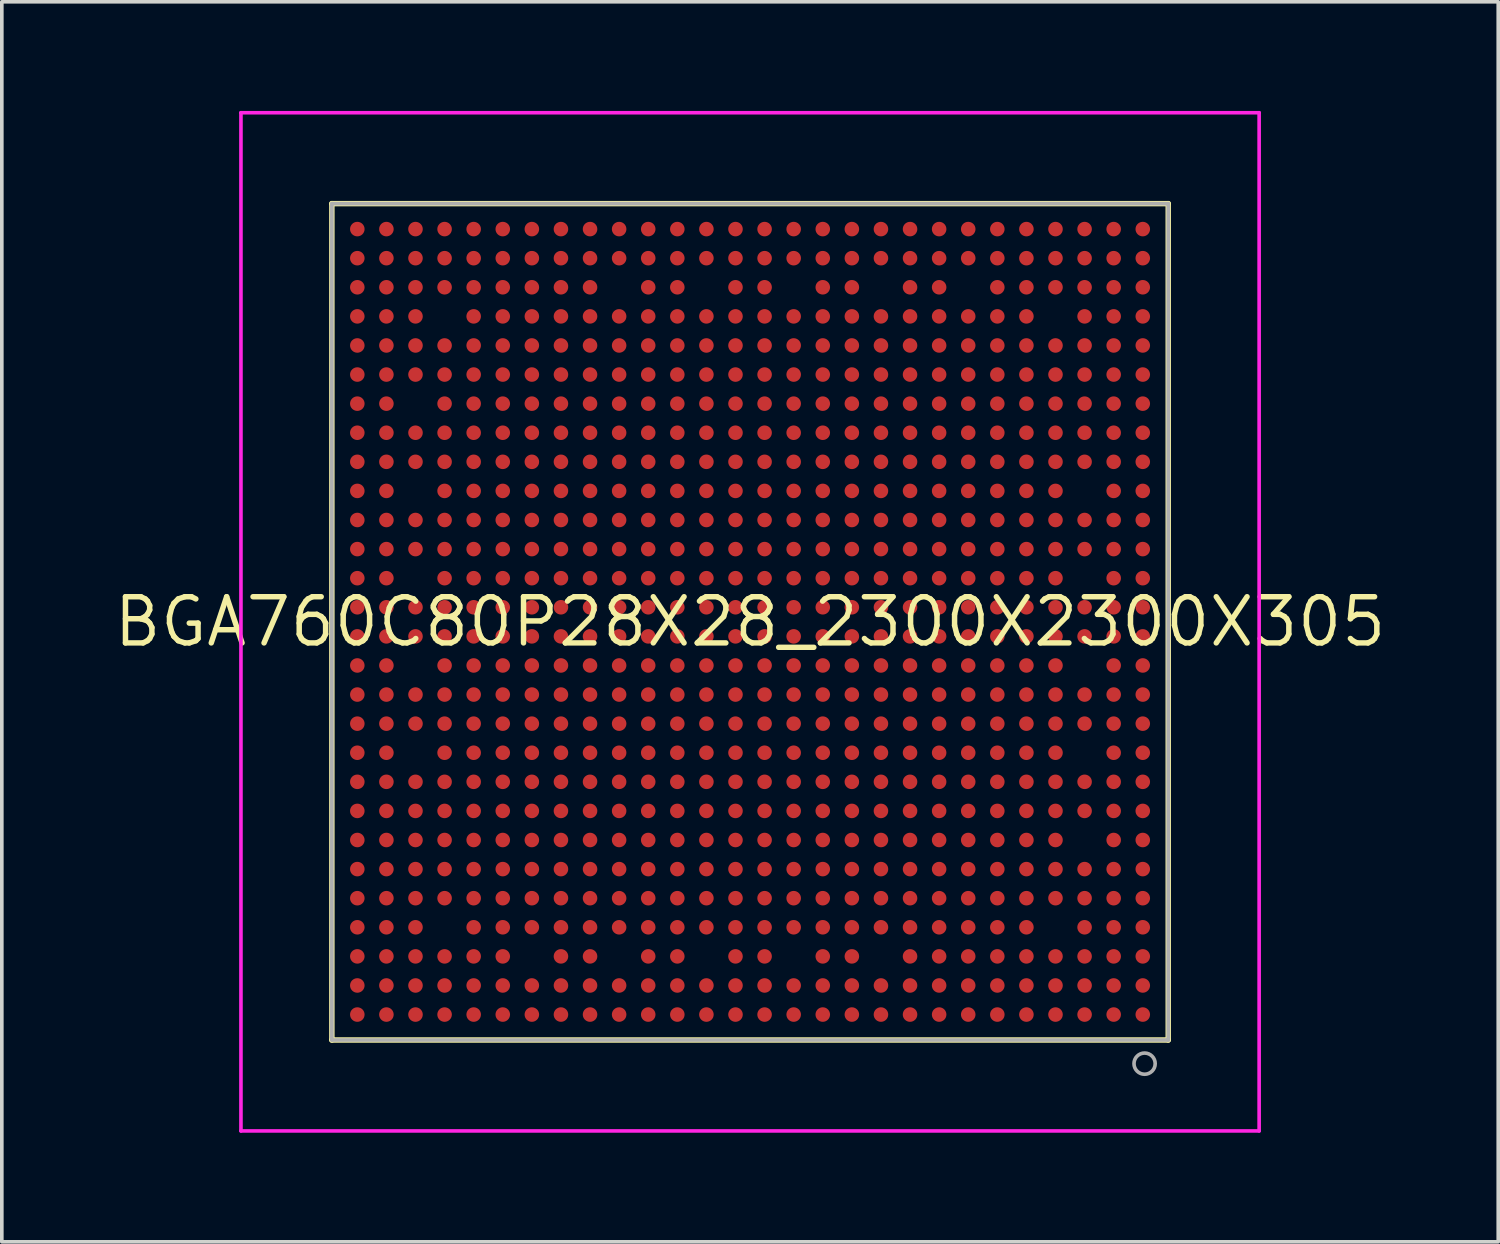
<source format=kicad_pcb>
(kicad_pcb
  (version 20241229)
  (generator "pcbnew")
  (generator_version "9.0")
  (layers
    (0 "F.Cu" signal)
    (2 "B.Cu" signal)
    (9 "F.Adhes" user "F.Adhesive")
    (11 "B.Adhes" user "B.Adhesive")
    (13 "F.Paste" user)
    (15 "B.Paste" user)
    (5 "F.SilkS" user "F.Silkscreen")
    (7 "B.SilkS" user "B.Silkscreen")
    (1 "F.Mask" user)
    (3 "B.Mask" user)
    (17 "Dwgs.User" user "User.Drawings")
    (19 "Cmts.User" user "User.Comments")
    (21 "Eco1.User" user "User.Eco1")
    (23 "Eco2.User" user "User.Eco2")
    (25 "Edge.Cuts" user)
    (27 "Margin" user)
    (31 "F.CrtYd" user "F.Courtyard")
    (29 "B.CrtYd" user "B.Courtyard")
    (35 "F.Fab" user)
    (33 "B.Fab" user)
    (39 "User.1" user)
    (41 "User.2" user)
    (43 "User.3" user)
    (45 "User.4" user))
  (footprint "BGA760C80P28X28_2300X2300X305"
    (layer "F.Cu")
    (at 17.576 14.05)
    (property "Reference" "BGA760C80P28X28_2300X2300X305" (at 0 0 0) (layer "F.SilkS") (effects (font (size 1.27 1.27) (thickness 0.15))))
    (fp_line (start -11.5 -11.5) (end -11.5 11.5) (stroke (width 0.15) (type solid)) (layer "F.SilkS"))
    (fp_line (start -11.5 11.5) (end 11.5 11.5) (stroke (width 0.15) (type solid)) (layer "F.SilkS"))
    (fp_line (start 11.5 -11.5) (end -11.5 -11.5) (stroke (width 0.15) (type solid)) (layer "F.SilkS"))
    (fp_line (start 11.5 11.5) (end 11.5 -11.5) (stroke (width 0.15) (type solid)) (layer "F.SilkS"))
    (fp_line (start -14 -14) (end -14 14) (stroke (width 0.1) (type solid)) (layer "F.CrtYd"))
    (fp_line (start -14 14) (end 14 14) (stroke (width 0.1) (type solid)) (layer "F.CrtYd"))
    (fp_line (start 14 -14) (end -14 -14) (stroke (width 0.1) (type solid)) (layer "F.CrtYd"))
    (fp_line (start 14 14) (end 14 -14) (stroke (width 0.1) (type solid)) (layer "F.CrtYd"))
    (fp_line (start -11.5 -11.5) (end -11.5 11.5) (stroke (width 0.1) (type solid)) (layer "F.Fab"))
    (fp_line (start -11.5 11.5) (end 11.5 11.5) (stroke (width 0.1) (type solid)) (layer "F.Fab"))
    (fp_line (start 11.5 -11.5) (end -11.5 -11.5) (stroke (width 0.1) (type solid)) (layer "F.Fab"))
    (fp_line (start 11.5 11.5) (end 11.5 -11.5) (stroke (width 0.1) (type solid)) (layer "F.Fab"))
    (fp_arc (start 10.849991 12.441504) (mid 10.849995 11.85852) (end 10.849991 12.441504) (stroke (width 0.1) (type solid)) (layer "F.Fab"))
    (pad "A1" smd circle (at 10.8 10.8 180) (size 0.4 0.4) (layers "F.Cu" "F.Mask" "F.Paste"))
    (pad "A2" smd circle (at 10 10.8 180) (size 0.4 0.4) (layers "F.Cu" "F.Mask" "F.Paste"))
    (pad "A3" smd circle (at 9.2 10.8 180) (size 0.4 0.4) (layers "F.Cu" "F.Mask" "F.Paste"))
    (pad "A4" smd circle (at 8.4 10.8 180) (size 0.4 0.4) (layers "F.Cu" "F.Mask" "F.Paste"))
    (pad "A5" smd circle (at 7.6 10.8 180) (size 0.4 0.4) (layers "F.Cu" "F.Mask" "F.Paste"))
    (pad "A6" smd circle (at 6.8 10.8 180) (size 0.4 0.4) (layers "F.Cu" "F.Mask" "F.Paste"))
    (pad "A7" smd circle (at 6 10.8 180) (size 0.4 0.4) (layers "F.Cu" "F.Mask" "F.Paste"))
    (pad "A8" smd circle (at 5.2 10.8 180) (size 0.4 0.4) (layers "F.Cu" "F.Mask" "F.Paste"))
    (pad "A9" smd circle (at 4.4 10.8 180) (size 0.4 0.4) (layers "F.Cu" "F.Mask" "F.Paste"))
    (pad "A10" smd circle (at 3.6 10.8 180) (size 0.4 0.4) (layers "F.Cu" "F.Mask" "F.Paste"))
    (pad "A11" smd circle (at 2.8 10.8 180) (size 0.4 0.4) (layers "F.Cu" "F.Mask" "F.Paste"))
    (pad "A12" smd circle (at 2 10.8 180) (size 0.4 0.4) (layers "F.Cu" "F.Mask" "F.Paste"))
    (pad "A13" smd circle (at 1.2 10.8 180) (size 0.4 0.4) (layers "F.Cu" "F.Mask" "F.Paste"))
    (pad "A14" smd circle (at 0.4 10.8 180) (size 0.4 0.4) (layers "F.Cu" "F.Mask" "F.Paste"))
    (pad "A15" smd circle (at -0.4 10.8 180) (size 0.4 0.4) (layers "F.Cu" "F.Mask" "F.Paste"))
    (pad "A16" smd circle (at -1.2 10.8 180) (size 0.4 0.4) (layers "F.Cu" "F.Mask" "F.Paste"))
    (pad "A17" smd circle (at -2 10.8 180) (size 0.4 0.4) (layers "F.Cu" "F.Mask" "F.Paste"))
    (pad "A18" smd circle (at -2.8 10.8 180) (size 0.4 0.4) (layers "F.Cu" "F.Mask" "F.Paste"))
    (pad "A19" smd circle (at -3.6 10.8 180) (size 0.4 0.4) (layers "F.Cu" "F.Mask" "F.Paste"))
    (pad "A20" smd circle (at -4.4 10.8 180) (size 0.4 0.4) (layers "F.Cu" "F.Mask" "F.Paste"))
    (pad "A21" smd circle (at -5.2 10.8 180) (size 0.4 0.4) (layers "F.Cu" "F.Mask" "F.Paste"))
    (pad "A22" smd circle (at -6 10.8 180) (size 0.4 0.4) (layers "F.Cu" "F.Mask" "F.Paste"))
    (pad "A23" smd circle (at -6.8 10.8 180) (size 0.4 0.4) (layers "F.Cu" "F.Mask" "F.Paste"))
    (pad "A24" smd circle (at -7.6 10.8 180) (size 0.4 0.4) (layers "F.Cu" "F.Mask" "F.Paste"))
    (pad "A25" smd circle (at -8.4 10.8 180) (size 0.4 0.4) (layers "F.Cu" "F.Mask" "F.Paste"))
    (pad "A26" smd circle (at -9.2 10.8 180) (size 0.4 0.4) (layers "F.Cu" "F.Mask" "F.Paste"))
    (pad "A27" smd circle (at -10 10.8 180) (size 0.4 0.4) (layers "F.Cu" "F.Mask" "F.Paste"))
    (pad "A28" smd circle (at -10.8 10.8 180) (size 0.4 0.4) (layers "F.Cu" "F.Mask" "F.Paste"))
    (pad "AA1" smd circle (at 10.8 -5.2 180) (size 0.4 0.4) (layers "F.Cu" "F.Mask" "F.Paste"))
    (pad "AA2" smd circle (at 10 -5.2 180) (size 0.4 0.4) (layers "F.Cu" "F.Mask" "F.Paste"))
    (pad "AA3" smd circle (at 9.2 -5.2 180) (size 0.4 0.4) (layers "F.Cu" "F.Mask" "F.Paste"))
    (pad "AA4" smd circle (at 8.4 -5.2 180) (size 0.4 0.4) (layers "F.Cu" "F.Mask" "F.Paste"))
    (pad "AA5" smd circle (at 7.6 -5.2 180) (size 0.4 0.4) (layers "F.Cu" "F.Mask" "F.Paste"))
    (pad "AA6" smd circle (at 6.8 -5.2 180) (size 0.4 0.4) (layers "F.Cu" "F.Mask" "F.Paste"))
    (pad "AA7" smd circle (at 6 -5.2 180) (size 0.4 0.4) (layers "F.Cu" "F.Mask" "F.Paste"))
    (pad "AA8" smd circle (at 5.2 -5.2 180) (size 0.4 0.4) (layers "F.Cu" "F.Mask" "F.Paste"))
    (pad "AA9" smd circle (at 4.4 -5.2 180) (size 0.4 0.4) (layers "F.Cu" "F.Mask" "F.Paste"))
    (pad "AA10" smd circle (at 3.6 -5.2 180) (size 0.4 0.4) (layers "F.Cu" "F.Mask" "F.Paste"))
    (pad "AA11" smd circle (at 2.8 -5.2 180) (size 0.4 0.4) (layers "F.Cu" "F.Mask" "F.Paste"))
    (pad "AA12" smd circle (at 2 -5.2 180) (size 0.4 0.4) (layers "F.Cu" "F.Mask" "F.Paste"))
    (pad "AA13" smd circle (at 1.2 -5.2 180) (size 0.4 0.4) (layers "F.Cu" "F.Mask" "F.Paste"))
    (pad "AA14" smd circle (at 0.4 -5.2 180) (size 0.4 0.4) (layers "F.Cu" "F.Mask" "F.Paste"))
    (pad "AA15" smd circle (at -0.4 -5.2 180) (size 0.4 0.4) (layers "F.Cu" "F.Mask" "F.Paste"))
    (pad "AA16" smd circle (at -1.2 -5.2 180) (size 0.4 0.4) (layers "F.Cu" "F.Mask" "F.Paste"))
    (pad "AA17" smd circle (at -2 -5.2 180) (size 0.4 0.4) (layers "F.Cu" "F.Mask" "F.Paste"))
    (pad "AA18" smd circle (at -2.8 -5.2 180) (size 0.4 0.4) (layers "F.Cu" "F.Mask" "F.Paste"))
    (pad "AA19" smd circle (at -3.6 -5.2 180) (size 0.4 0.4) (layers "F.Cu" "F.Mask" "F.Paste"))
    (pad "AA20" smd circle (at -4.4 -5.2 180) (size 0.4 0.4) (layers "F.Cu" "F.Mask" "F.Paste"))
    (pad "AA21" smd circle (at -5.2 -5.2 180) (size 0.4 0.4) (layers "F.Cu" "F.Mask" "F.Paste"))
    (pad "AA22" smd circle (at -6 -5.2 180) (size 0.4 0.4) (layers "F.Cu" "F.Mask" "F.Paste"))
    (pad "AA23" smd circle (at -6.8 -5.2 180) (size 0.4 0.4) (layers "F.Cu" "F.Mask" "F.Paste"))
    (pad "AA24" smd circle (at -7.6 -5.2 180) (size 0.4 0.4) (layers "F.Cu" "F.Mask" "F.Paste"))
    (pad "AA25" smd circle (at -8.4 -5.2 180) (size 0.4 0.4) (layers "F.Cu" "F.Mask" "F.Paste"))
    (pad "AA26" smd circle (at -9.2 -5.2 180) (size 0.4 0.4) (layers "F.Cu" "F.Mask" "F.Paste"))
    (pad "AA27" smd circle (at -10 -5.2 180) (size 0.4 0.4) (layers "F.Cu" "F.Mask" "F.Paste"))
    (pad "AA28" smd circle (at -10.8 -5.2 180) (size 0.4 0.4) (layers "F.Cu" "F.Mask" "F.Paste"))
    (pad "AB1" smd circle (at 10.8 -6 180) (size 0.4 0.4) (layers "F.Cu" "F.Mask" "F.Paste"))
    (pad "AB2" smd circle (at 10 -6 180) (size 0.4 0.4) (layers "F.Cu" "F.Mask" "F.Paste"))
    (pad "AB3" smd circle (at 9.2 -6 180) (size 0.4 0.4) (layers "F.Cu" "F.Mask" "F.Paste"))
    (pad "AB4" smd circle (at 8.4 -6 180) (size 0.4 0.4) (layers "F.Cu" "F.Mask" "F.Paste"))
    (pad "AB5" smd circle (at 7.6 -6 180) (size 0.4 0.4) (layers "F.Cu" "F.Mask" "F.Paste"))
    (pad "AB6" smd circle (at 6.8 -6 180) (size 0.4 0.4) (layers "F.Cu" "F.Mask" "F.Paste"))
    (pad "AB7" smd circle (at 6 -6 180) (size 0.4 0.4) (layers "F.Cu" "F.Mask" "F.Paste"))
    (pad "AB8" smd circle (at 5.2 -6 180) (size 0.4 0.4) (layers "F.Cu" "F.Mask" "F.Paste"))
    (pad "AB9" smd circle (at 4.4 -6 180) (size 0.4 0.4) (layers "F.Cu" "F.Mask" "F.Paste"))
    (pad "AB10" smd circle (at 3.6 -6 180) (size 0.4 0.4) (layers "F.Cu" "F.Mask" "F.Paste"))
    (pad "AB11" smd circle (at 2.8 -6 180) (size 0.4 0.4) (layers "F.Cu" "F.Mask" "F.Paste"))
    (pad "AB12" smd circle (at 2 -6 180) (size 0.4 0.4) (layers "F.Cu" "F.Mask" "F.Paste"))
    (pad "AB13" smd circle (at 1.2 -6 180) (size 0.4 0.4) (layers "F.Cu" "F.Mask" "F.Paste"))
    (pad "AB14" smd circle (at 0.4 -6 180) (size 0.4 0.4) (layers "F.Cu" "F.Mask" "F.Paste"))
    (pad "AB15" smd circle (at -0.4 -6 180) (size 0.4 0.4) (layers "F.Cu" "F.Mask" "F.Paste"))
    (pad "AB16" smd circle (at -1.2 -6 180) (size 0.4 0.4) (layers "F.Cu" "F.Mask" "F.Paste"))
    (pad "AB17" smd circle (at -2 -6 180) (size 0.4 0.4) (layers "F.Cu" "F.Mask" "F.Paste"))
    (pad "AB18" smd circle (at -2.8 -6 180) (size 0.4 0.4) (layers "F.Cu" "F.Mask" "F.Paste"))
    (pad "AB19" smd circle (at -3.6 -6 180) (size 0.4 0.4) (layers "F.Cu" "F.Mask" "F.Paste"))
    (pad "AB20" smd circle (at -4.4 -6 180) (size 0.4 0.4) (layers "F.Cu" "F.Mask" "F.Paste"))
    (pad "AB21" smd circle (at -5.2 -6 180) (size 0.4 0.4) (layers "F.Cu" "F.Mask" "F.Paste"))
    (pad "AB22" smd circle (at -6 -6 180) (size 0.4 0.4) (layers "F.Cu" "F.Mask" "F.Paste"))
    (pad "AB23" smd circle (at -6.8 -6 180) (size 0.4 0.4) (layers "F.Cu" "F.Mask" "F.Paste"))
    (pad "AB24" smd circle (at -7.6 -6 180) (size 0.4 0.4) (layers "F.Cu" "F.Mask" "F.Paste"))
    (pad "AB25" smd circle (at -8.4 -6 180) (size 0.4 0.4) (layers "F.Cu" "F.Mask" "F.Paste"))
    (pad "AB27" smd circle (at -10 -6 180) (size 0.4 0.4) (layers "F.Cu" "F.Mask" "F.Paste"))
    (pad "AB28" smd circle (at -10.8 -6 180) (size 0.4 0.4) (layers "F.Cu" "F.Mask" "F.Paste"))
    (pad "AC1" smd circle (at 10.8 -6.8 180) (size 0.4 0.4) (layers "F.Cu" "F.Mask" "F.Paste"))
    (pad "AC2" smd circle (at 10 -6.8 180) (size 0.4 0.4) (layers "F.Cu" "F.Mask" "F.Paste"))
    (pad "AC3" smd circle (at 9.2 -6.8 180) (size 0.4 0.4) (layers "F.Cu" "F.Mask" "F.Paste"))
    (pad "AC4" smd circle (at 8.4 -6.8 180) (size 0.4 0.4) (layers "F.Cu" "F.Mask" "F.Paste"))
    (pad "AC5" smd circle (at 7.6 -6.8 180) (size 0.4 0.4) (layers "F.Cu" "F.Mask" "F.Paste"))
    (pad "AC6" smd circle (at 6.8 -6.8 180) (size 0.4 0.4) (layers "F.Cu" "F.Mask" "F.Paste"))
    (pad "AC7" smd circle (at 6 -6.8 180) (size 0.4 0.4) (layers "F.Cu" "F.Mask" "F.Paste"))
    (pad "AC8" smd circle (at 5.2 -6.8 180) (size 0.4 0.4) (layers "F.Cu" "F.Mask" "F.Paste"))
    (pad "AC9" smd circle (at 4.4 -6.8 180) (size 0.4 0.4) (layers "F.Cu" "F.Mask" "F.Paste"))
    (pad "AC10" smd circle (at 3.6 -6.8 180) (size 0.4 0.4) (layers "F.Cu" "F.Mask" "F.Paste"))
    (pad "AC11" smd circle (at 2.8 -6.8 180) (size 0.4 0.4) (layers "F.Cu" "F.Mask" "F.Paste"))
    (pad "AC12" smd circle (at 2 -6.8 180) (size 0.4 0.4) (layers "F.Cu" "F.Mask" "F.Paste"))
    (pad "AC13" smd circle (at 1.2 -6.8 180) (size 0.4 0.4) (layers "F.Cu" "F.Mask" "F.Paste"))
    (pad "AC14" smd circle (at 0.4 -6.8 180) (size 0.4 0.4) (layers "F.Cu" "F.Mask" "F.Paste"))
    (pad "AC15" smd circle (at -0.4 -6.8 180) (size 0.4 0.4) (layers "F.Cu" "F.Mask" "F.Paste"))
    (pad "AC16" smd circle (at -1.2 -6.8 180) (size 0.4 0.4) (layers "F.Cu" "F.Mask" "F.Paste"))
    (pad "AC17" smd circle (at -2 -6.8 180) (size 0.4 0.4) (layers "F.Cu" "F.Mask" "F.Paste"))
    (pad "AC18" smd circle (at -2.8 -6.8 180) (size 0.4 0.4) (layers "F.Cu" "F.Mask" "F.Paste"))
    (pad "AC19" smd circle (at -3.6 -6.8 180) (size 0.4 0.4) (layers "F.Cu" "F.Mask" "F.Paste"))
    (pad "AC20" smd circle (at -4.4 -6.8 180) (size 0.4 0.4) (layers "F.Cu" "F.Mask" "F.Paste"))
    (pad "AC21" smd circle (at -5.2 -6.8 180) (size 0.4 0.4) (layers "F.Cu" "F.Mask" "F.Paste"))
    (pad "AC22" smd circle (at -6 -6.8 180) (size 0.4 0.4) (layers "F.Cu" "F.Mask" "F.Paste"))
    (pad "AC23" smd circle (at -6.8 -6.8 180) (size 0.4 0.4) (layers "F.Cu" "F.Mask" "F.Paste"))
    (pad "AC24" smd circle (at -7.6 -6.8 180) (size 0.4 0.4) (layers "F.Cu" "F.Mask" "F.Paste"))
    (pad "AC25" smd circle (at -8.4 -6.8 180) (size 0.4 0.4) (layers "F.Cu" "F.Mask" "F.Paste"))
    (pad "AC26" smd circle (at -9.2 -6.8 180) (size 0.4 0.4) (layers "F.Cu" "F.Mask" "F.Paste"))
    (pad "AC27" smd circle (at -10 -6.8 180) (size 0.4 0.4) (layers "F.Cu" "F.Mask" "F.Paste"))
    (pad "AC28" smd circle (at -10.8 -6.8 180) (size 0.4 0.4) (layers "F.Cu" "F.Mask" "F.Paste"))
    (pad "AD1" smd circle (at 10.8 -7.6 180) (size 0.4 0.4) (layers "F.Cu" "F.Mask" "F.Paste"))
    (pad "AD2" smd circle (at 10 -7.6 180) (size 0.4 0.4) (layers "F.Cu" "F.Mask" "F.Paste"))
    (pad "AD3" smd circle (at 9.2 -7.6 180) (size 0.4 0.4) (layers "F.Cu" "F.Mask" "F.Paste"))
    (pad "AD4" smd circle (at 8.4 -7.6 180) (size 0.4 0.4) (layers "F.Cu" "F.Mask" "F.Paste"))
    (pad "AD5" smd circle (at 7.6 -7.6 180) (size 0.4 0.4) (layers "F.Cu" "F.Mask" "F.Paste"))
    (pad "AD6" smd circle (at 6.8 -7.6 180) (size 0.4 0.4) (layers "F.Cu" "F.Mask" "F.Paste"))
    (pad "AD7" smd circle (at 6 -7.6 180) (size 0.4 0.4) (layers "F.Cu" "F.Mask" "F.Paste"))
    (pad "AD8" smd circle (at 5.2 -7.6 180) (size 0.4 0.4) (layers "F.Cu" "F.Mask" "F.Paste"))
    (pad "AD9" smd circle (at 4.4 -7.6 180) (size 0.4 0.4) (layers "F.Cu" "F.Mask" "F.Paste"))
    (pad "AD10" smd circle (at 3.6 -7.6 180) (size 0.4 0.4) (layers "F.Cu" "F.Mask" "F.Paste"))
    (pad "AD11" smd circle (at 2.8 -7.6 180) (size 0.4 0.4) (layers "F.Cu" "F.Mask" "F.Paste"))
    (pad "AD12" smd circle (at 2 -7.6 180) (size 0.4 0.4) (layers "F.Cu" "F.Mask" "F.Paste"))
    (pad "AD13" smd circle (at 1.2 -7.6 180) (size 0.4 0.4) (layers "F.Cu" "F.Mask" "F.Paste"))
    (pad "AD14" smd circle (at 0.4 -7.6 180) (size 0.4 0.4) (layers "F.Cu" "F.Mask" "F.Paste"))
    (pad "AD15" smd circle (at -0.4 -7.6 180) (size 0.4 0.4) (layers "F.Cu" "F.Mask" "F.Paste"))
    (pad "AD16" smd circle (at -1.2 -7.6 180) (size 0.4 0.4) (layers "F.Cu" "F.Mask" "F.Paste"))
    (pad "AD17" smd circle (at -2 -7.6 180) (size 0.4 0.4) (layers "F.Cu" "F.Mask" "F.Paste"))
    (pad "AD18" smd circle (at -2.8 -7.6 180) (size 0.4 0.4) (layers "F.Cu" "F.Mask" "F.Paste"))
    (pad "AD19" smd circle (at -3.6 -7.6 180) (size 0.4 0.4) (layers "F.Cu" "F.Mask" "F.Paste"))
    (pad "AD20" smd circle (at -4.4 -7.6 180) (size 0.4 0.4) (layers "F.Cu" "F.Mask" "F.Paste"))
    (pad "AD21" smd circle (at -5.2 -7.6 180) (size 0.4 0.4) (layers "F.Cu" "F.Mask" "F.Paste"))
    (pad "AD22" smd circle (at -6 -7.6 180) (size 0.4 0.4) (layers "F.Cu" "F.Mask" "F.Paste"))
    (pad "AD23" smd circle (at -6.8 -7.6 180) (size 0.4 0.4) (layers "F.Cu" "F.Mask" "F.Paste"))
    (pad "AD24" smd circle (at -7.6 -7.6 180) (size 0.4 0.4) (layers "F.Cu" "F.Mask" "F.Paste"))
    (pad "AD25" smd circle (at -8.4 -7.6 180) (size 0.4 0.4) (layers "F.Cu" "F.Mask" "F.Paste"))
    (pad "AD26" smd circle (at -9.2 -7.6 180) (size 0.4 0.4) (layers "F.Cu" "F.Mask" "F.Paste"))
    (pad "AD27" smd circle (at -10 -7.6 180) (size 0.4 0.4) (layers "F.Cu" "F.Mask" "F.Paste"))
    (pad "AD28" smd circle (at -10.8 -7.6 180) (size 0.4 0.4) (layers "F.Cu" "F.Mask" "F.Paste"))
    (pad "AE1" smd circle (at 10.8 -8.4 180) (size 0.4 0.4) (layers "F.Cu" "F.Mask" "F.Paste"))
    (pad "AE2" smd circle (at 10 -8.4 180) (size 0.4 0.4) (layers "F.Cu" "F.Mask" "F.Paste"))
    (pad "AE3" smd circle (at 9.2 -8.4 180) (size 0.4 0.4) (layers "F.Cu" "F.Mask" "F.Paste"))
    (pad "AE5" smd circle (at 7.6 -8.4 180) (size 0.4 0.4) (layers "F.Cu" "F.Mask" "F.Paste"))
    (pad "AE6" smd circle (at 6.8 -8.4 180) (size 0.4 0.4) (layers "F.Cu" "F.Mask" "F.Paste"))
    (pad "AE7" smd circle (at 6 -8.4 180) (size 0.4 0.4) (layers "F.Cu" "F.Mask" "F.Paste"))
    (pad "AE8" smd circle (at 5.2 -8.4 180) (size 0.4 0.4) (layers "F.Cu" "F.Mask" "F.Paste"))
    (pad "AE9" smd circle (at 4.4 -8.4 180) (size 0.4 0.4) (layers "F.Cu" "F.Mask" "F.Paste"))
    (pad "AE10" smd circle (at 3.6 -8.4 180) (size 0.4 0.4) (layers "F.Cu" "F.Mask" "F.Paste"))
    (pad "AE11" smd circle (at 2.8 -8.4 180) (size 0.4 0.4) (layers "F.Cu" "F.Mask" "F.Paste"))
    (pad "AE12" smd circle (at 2 -8.4 180) (size 0.4 0.4) (layers "F.Cu" "F.Mask" "F.Paste"))
    (pad "AE13" smd circle (at 1.2 -8.4 180) (size 0.4 0.4) (layers "F.Cu" "F.Mask" "F.Paste"))
    (pad "AE14" smd circle (at 0.4 -8.4 180) (size 0.4 0.4) (layers "F.Cu" "F.Mask" "F.Paste"))
    (pad "AE15" smd circle (at -0.4 -8.4 180) (size 0.4 0.4) (layers "F.Cu" "F.Mask" "F.Paste"))
    (pad "AE16" smd circle (at -1.2 -8.4 180) (size 0.4 0.4) (layers "F.Cu" "F.Mask" "F.Paste"))
    (pad "AE17" smd circle (at -2 -8.4 180) (size 0.4 0.4) (layers "F.Cu" "F.Mask" "F.Paste"))
    (pad "AE18" smd circle (at -2.8 -8.4 180) (size 0.4 0.4) (layers "F.Cu" "F.Mask" "F.Paste"))
    (pad "AE19" smd circle (at -3.6 -8.4 180) (size 0.4 0.4) (layers "F.Cu" "F.Mask" "F.Paste"))
    (pad "AE20" smd circle (at -4.4 -8.4 180) (size 0.4 0.4) (layers "F.Cu" "F.Mask" "F.Paste"))
    (pad "AE21" smd circle (at -5.2 -8.4 180) (size 0.4 0.4) (layers "F.Cu" "F.Mask" "F.Paste"))
    (pad "AE22" smd circle (at -6 -8.4 180) (size 0.4 0.4) (layers "F.Cu" "F.Mask" "F.Paste"))
    (pad "AE23" smd circle (at -6.8 -8.4 180) (size 0.4 0.4) (layers "F.Cu" "F.Mask" "F.Paste"))
    (pad "AE24" smd circle (at -7.6 -8.4 180) (size 0.4 0.4) (layers "F.Cu" "F.Mask" "F.Paste"))
    (pad "AE26" smd circle (at -9.2 -8.4 180) (size 0.4 0.4) (layers "F.Cu" "F.Mask" "F.Paste"))
    (pad "AE27" smd circle (at -10 -8.4 180) (size 0.4 0.4) (layers "F.Cu" "F.Mask" "F.Paste"))
    (pad "AE28" smd circle (at -10.8 -8.4 180) (size 0.4 0.4) (layers "F.Cu" "F.Mask" "F.Paste"))
    (pad "AF1" smd circle (at 10.8 -9.2 180) (size 0.4 0.4) (layers "F.Cu" "F.Mask" "F.Paste"))
    (pad "AF2" smd circle (at 10 -9.2 180) (size 0.4 0.4) (layers "F.Cu" "F.Mask" "F.Paste"))
    (pad "AF3" smd circle (at 9.2 -9.2 180) (size 0.4 0.4) (layers "F.Cu" "F.Mask" "F.Paste"))
    (pad "AF4" smd circle (at 8.4 -9.2 180) (size 0.4 0.4) (layers "F.Cu" "F.Mask" "F.Paste"))
    (pad "AF5" smd circle (at 7.6 -9.2 180) (size 0.4 0.4) (layers "F.Cu" "F.Mask" "F.Paste"))
    (pad "AF6" smd circle (at 6.8 -9.2 180) (size 0.4 0.4) (layers "F.Cu" "F.Mask" "F.Paste"))
    (pad "AF8" smd circle (at 5.2 -9.2 180) (size 0.4 0.4) (layers "F.Cu" "F.Mask" "F.Paste"))
    (pad "AF9" smd circle (at 4.4 -9.2 180) (size 0.4 0.4) (layers "F.Cu" "F.Mask" "F.Paste"))
    (pad "AF11" smd circle (at 2.8 -9.2 180) (size 0.4 0.4) (layers "F.Cu" "F.Mask" "F.Paste"))
    (pad "AF12" smd circle (at 2 -9.2 180) (size 0.4 0.4) (layers "F.Cu" "F.Mask" "F.Paste"))
    (pad "AF14" smd circle (at 0.4 -9.2 180) (size 0.4 0.4) (layers "F.Cu" "F.Mask" "F.Paste"))
    (pad "AF15" smd circle (at -0.4 -9.2 180) (size 0.4 0.4) (layers "F.Cu" "F.Mask" "F.Paste"))
    (pad "AF17" smd circle (at -2 -9.2 180) (size 0.4 0.4) (layers "F.Cu" "F.Mask" "F.Paste"))
    (pad "AF18" smd circle (at -2.8 -9.2 180) (size 0.4 0.4) (layers "F.Cu" "F.Mask" "F.Paste"))
    (pad "AF20" smd circle (at -4.4 -9.2 180) (size 0.4 0.4) (layers "F.Cu" "F.Mask" "F.Paste"))
    (pad "AF21" smd circle (at -5.2 -9.2 180) (size 0.4 0.4) (layers "F.Cu" "F.Mask" "F.Paste"))
    (pad "AF22" smd circle (at -6 -9.2 180) (size 0.4 0.4) (layers "F.Cu" "F.Mask" "F.Paste"))
    (pad "AF23" smd circle (at -6.8 -9.2 180) (size 0.4 0.4) (layers "F.Cu" "F.Mask" "F.Paste"))
    (pad "AF24" smd circle (at -7.6 -9.2 180) (size 0.4 0.4) (layers "F.Cu" "F.Mask" "F.Paste"))
    (pad "AF25" smd circle (at -8.4 -9.2 180) (size 0.4 0.4) (layers "F.Cu" "F.Mask" "F.Paste"))
    (pad "AF26" smd circle (at -9.2 -9.2 180) (size 0.4 0.4) (layers "F.Cu" "F.Mask" "F.Paste"))
    (pad "AF27" smd circle (at -10 -9.2 180) (size 0.4 0.4) (layers "F.Cu" "F.Mask" "F.Paste"))
    (pad "AF28" smd circle (at -10.8 -9.2 180) (size 0.4 0.4) (layers "F.Cu" "F.Mask" "F.Paste"))
    (pad "AG1" smd circle (at 10.8 -10 180) (size 0.4 0.4) (layers "F.Cu" "F.Mask" "F.Paste"))
    (pad "AG2" smd circle (at 10 -10 180) (size 0.4 0.4) (layers "F.Cu" "F.Mask" "F.Paste"))
    (pad "AG3" smd circle (at 9.2 -10 180) (size 0.4 0.4) (layers "F.Cu" "F.Mask" "F.Paste"))
    (pad "AG4" smd circle (at 8.4 -10 180) (size 0.4 0.4) (layers "F.Cu" "F.Mask" "F.Paste"))
    (pad "AG5" smd circle (at 7.6 -10 180) (size 0.4 0.4) (layers "F.Cu" "F.Mask" "F.Paste"))
    (pad "AG6" smd circle (at 6.8 -10 180) (size 0.4 0.4) (layers "F.Cu" "F.Mask" "F.Paste"))
    (pad "AG7" smd circle (at 6 -10 180) (size 0.4 0.4) (layers "F.Cu" "F.Mask" "F.Paste"))
    (pad "AG8" smd circle (at 5.2 -10 180) (size 0.4 0.4) (layers "F.Cu" "F.Mask" "F.Paste"))
    (pad "AG9" smd circle (at 4.4 -10 180) (size 0.4 0.4) (layers "F.Cu" "F.Mask" "F.Paste"))
    (pad "AG10" smd circle (at 3.6 -10 180) (size 0.4 0.4) (layers "F.Cu" "F.Mask" "F.Paste"))
    (pad "AG11" smd circle (at 2.8 -10 180) (size 0.4 0.4) (layers "F.Cu" "F.Mask" "F.Paste"))
    (pad "AG12" smd circle (at 2 -10 180) (size 0.4 0.4) (layers "F.Cu" "F.Mask" "F.Paste"))
    (pad "AG13" smd circle (at 1.2 -10 180) (size 0.4 0.4) (layers "F.Cu" "F.Mask" "F.Paste"))
    (pad "AG14" smd circle (at 0.4 -10 180) (size 0.4 0.4) (layers "F.Cu" "F.Mask" "F.Paste"))
    (pad "AG15" smd circle (at -0.4 -10 180) (size 0.4 0.4) (layers "F.Cu" "F.Mask" "F.Paste"))
    (pad "AG16" smd circle (at -1.2 -10 180) (size 0.4 0.4) (layers "F.Cu" "F.Mask" "F.Paste"))
    (pad "AG17" smd circle (at -2 -10 180) (size 0.4 0.4) (layers "F.Cu" "F.Mask" "F.Paste"))
    (pad "AG18" smd circle (at -2.8 -10 180) (size 0.4 0.4) (layers "F.Cu" "F.Mask" "F.Paste"))
    (pad "AG19" smd circle (at -3.6 -10 180) (size 0.4 0.4) (layers "F.Cu" "F.Mask" "F.Paste"))
    (pad "AG20" smd circle (at -4.4 -10 180) (size 0.4 0.4) (layers "F.Cu" "F.Mask" "F.Paste"))
    (pad "AG21" smd circle (at -5.2 -10 180) (size 0.4 0.4) (layers "F.Cu" "F.Mask" "F.Paste"))
    (pad "AG22" smd circle (at -6 -10 180) (size 0.4 0.4) (layers "F.Cu" "F.Mask" "F.Paste"))
    (pad "AG23" smd circle (at -6.8 -10 180) (size 0.4 0.4) (layers "F.Cu" "F.Mask" "F.Paste"))
    (pad "AG24" smd circle (at -7.6 -10 180) (size 0.4 0.4) (layers "F.Cu" "F.Mask" "F.Paste"))
    (pad "AG25" smd circle (at -8.4 -10 180) (size 0.4 0.4) (layers "F.Cu" "F.Mask" "F.Paste"))
    (pad "AG26" smd circle (at -9.2 -10 180) (size 0.4 0.4) (layers "F.Cu" "F.Mask" "F.Paste"))
    (pad "AG27" smd circle (at -10 -10 180) (size 0.4 0.4) (layers "F.Cu" "F.Mask" "F.Paste"))
    (pad "AG28" smd circle (at -10.8 -10 180) (size 0.4 0.4) (layers "F.Cu" "F.Mask" "F.Paste"))
    (pad "AH1" smd circle (at 10.8 -10.8 180) (size 0.4 0.4) (layers "F.Cu" "F.Mask" "F.Paste"))
    (pad "AH2" smd circle (at 10 -10.8 180) (size 0.4 0.4) (layers "F.Cu" "F.Mask" "F.Paste"))
    (pad "AH3" smd circle (at 9.2 -10.8 180) (size 0.4 0.4) (layers "F.Cu" "F.Mask" "F.Paste"))
    (pad "AH4" smd circle (at 8.4 -10.8 180) (size 0.4 0.4) (layers "F.Cu" "F.Mask" "F.Paste"))
    (pad "AH5" smd circle (at 7.6 -10.8 180) (size 0.4 0.4) (layers "F.Cu" "F.Mask" "F.Paste"))
    (pad "AH6" smd circle (at 6.8 -10.8 180) (size 0.4 0.4) (layers "F.Cu" "F.Mask" "F.Paste"))
    (pad "AH7" smd circle (at 6 -10.8 180) (size 0.4 0.4) (layers "F.Cu" "F.Mask" "F.Paste"))
    (pad "AH8" smd circle (at 5.2 -10.8 180) (size 0.4 0.4) (layers "F.Cu" "F.Mask" "F.Paste"))
    (pad "AH9" smd circle (at 4.4 -10.8 180) (size 0.4 0.4) (layers "F.Cu" "F.Mask" "F.Paste"))
    (pad "AH10" smd circle (at 3.6 -10.8 180) (size 0.4 0.4) (layers "F.Cu" "F.Mask" "F.Paste"))
    (pad "AH11" smd circle (at 2.8 -10.8 180) (size 0.4 0.4) (layers "F.Cu" "F.Mask" "F.Paste"))
    (pad "AH12" smd circle (at 2 -10.8 180) (size 0.4 0.4) (layers "F.Cu" "F.Mask" "F.Paste"))
    (pad "AH13" smd circle (at 1.2 -10.8 180) (size 0.4 0.4) (layers "F.Cu" "F.Mask" "F.Paste"))
    (pad "AH14" smd circle (at 0.4 -10.8 180) (size 0.4 0.4) (layers "F.Cu" "F.Mask" "F.Paste"))
    (pad "AH15" smd circle (at -0.4 -10.8 180) (size 0.4 0.4) (layers "F.Cu" "F.Mask" "F.Paste"))
    (pad "AH16" smd circle (at -1.2 -10.8 180) (size 0.4 0.4) (layers "F.Cu" "F.Mask" "F.Paste"))
    (pad "AH17" smd circle (at -2 -10.8 180) (size 0.4 0.4) (layers "F.Cu" "F.Mask" "F.Paste"))
    (pad "AH18" smd circle (at -2.8 -10.8 180) (size 0.4 0.4) (layers "F.Cu" "F.Mask" "F.Paste"))
    (pad "AH19" smd circle (at -3.6 -10.8 180) (size 0.4 0.4) (layers "F.Cu" "F.Mask" "F.Paste"))
    (pad "AH20" smd circle (at -4.4 -10.8 180) (size 0.4 0.4) (layers "F.Cu" "F.Mask" "F.Paste"))
    (pad "AH21" smd circle (at -5.2 -10.8 180) (size 0.4 0.4) (layers "F.Cu" "F.Mask" "F.Paste"))
    (pad "AH22" smd circle (at -6 -10.8 180) (size 0.4 0.4) (layers "F.Cu" "F.Mask" "F.Paste"))
    (pad "AH23" smd circle (at -6.8 -10.8 180) (size 0.4 0.4) (layers "F.Cu" "F.Mask" "F.Paste"))
    (pad "AH24" smd circle (at -7.6 -10.8 180) (size 0.4 0.4) (layers "F.Cu" "F.Mask" "F.Paste"))
    (pad "AH25" smd circle (at -8.4 -10.8 180) (size 0.4 0.4) (layers "F.Cu" "F.Mask" "F.Paste"))
    (pad "AH26" smd circle (at -9.2 -10.8 180) (size 0.4 0.4) (layers "F.Cu" "F.Mask" "F.Paste"))
    (pad "AH27" smd circle (at -10 -10.8 180) (size 0.4 0.4) (layers "F.Cu" "F.Mask" "F.Paste"))
    (pad "AH28" smd circle (at -10.8 -10.8 180) (size 0.4 0.4) (layers "F.Cu" "F.Mask" "F.Paste"))
    (pad "B1" smd circle (at 10.8 10 180) (size 0.4 0.4) (layers "F.Cu" "F.Mask" "F.Paste"))
    (pad "B2" smd circle (at 10 10 180) (size 0.4 0.4) (layers "F.Cu" "F.Mask" "F.Paste"))
    (pad "B3" smd circle (at 9.2 10 180) (size 0.4 0.4) (layers "F.Cu" "F.Mask" "F.Paste"))
    (pad "B4" smd circle (at 8.4 10 180) (size 0.4 0.4) (layers "F.Cu" "F.Mask" "F.Paste"))
    (pad "B5" smd circle (at 7.6 10 180) (size 0.4 0.4) (layers "F.Cu" "F.Mask" "F.Paste"))
    (pad "B6" smd circle (at 6.8 10 180) (size 0.4 0.4) (layers "F.Cu" "F.Mask" "F.Paste"))
    (pad "B7" smd circle (at 6 10 180) (size 0.4 0.4) (layers "F.Cu" "F.Mask" "F.Paste"))
    (pad "B8" smd circle (at 5.2 10 180) (size 0.4 0.4) (layers "F.Cu" "F.Mask" "F.Paste"))
    (pad "B9" smd circle (at 4.4 10 180) (size 0.4 0.4) (layers "F.Cu" "F.Mask" "F.Paste"))
    (pad "B10" smd circle (at 3.6 10 180) (size 0.4 0.4) (layers "F.Cu" "F.Mask" "F.Paste"))
    (pad "B11" smd circle (at 2.8 10 180) (size 0.4 0.4) (layers "F.Cu" "F.Mask" "F.Paste"))
    (pad "B12" smd circle (at 2 10 180) (size 0.4 0.4) (layers "F.Cu" "F.Mask" "F.Paste"))
    (pad "B13" smd circle (at 1.2 10 180) (size 0.4 0.4) (layers "F.Cu" "F.Mask" "F.Paste"))
    (pad "B14" smd circle (at 0.4 10 180) (size 0.4 0.4) (layers "F.Cu" "F.Mask" "F.Paste"))
    (pad "B15" smd circle (at -0.4 10 180) (size 0.4 0.4) (layers "F.Cu" "F.Mask" "F.Paste"))
    (pad "B16" smd circle (at -1.2 10 180) (size 0.4 0.4) (layers "F.Cu" "F.Mask" "F.Paste"))
    (pad "B17" smd circle (at -2 10 180) (size 0.4 0.4) (layers "F.Cu" "F.Mask" "F.Paste"))
    (pad "B18" smd circle (at -2.8 10 180) (size 0.4 0.4) (layers "F.Cu" "F.Mask" "F.Paste"))
    (pad "B19" smd circle (at -3.6 10 180) (size 0.4 0.4) (layers "F.Cu" "F.Mask" "F.Paste"))
    (pad "B20" smd circle (at -4.4 10 180) (size 0.4 0.4) (layers "F.Cu" "F.Mask" "F.Paste"))
    (pad "B21" smd circle (at -5.2 10 180) (size 0.4 0.4) (layers "F.Cu" "F.Mask" "F.Paste"))
    (pad "B22" smd circle (at -6 10 180) (size 0.4 0.4) (layers "F.Cu" "F.Mask" "F.Paste"))
    (pad "B23" smd circle (at -6.8 10 180) (size 0.4 0.4) (layers "F.Cu" "F.Mask" "F.Paste"))
    (pad "B24" smd circle (at -7.6 10 180) (size 0.4 0.4) (layers "F.Cu" "F.Mask" "F.Paste"))
    (pad "B25" smd circle (at -8.4 10 180) (size 0.4 0.4) (layers "F.Cu" "F.Mask" "F.Paste"))
    (pad "B26" smd circle (at -9.2 10 180) (size 0.4 0.4) (layers "F.Cu" "F.Mask" "F.Paste"))
    (pad "B27" smd circle (at -10 10 180) (size 0.4 0.4) (layers "F.Cu" "F.Mask" "F.Paste"))
    (pad "B28" smd circle (at -10.8 10 180) (size 0.4 0.4) (layers "F.Cu" "F.Mask" "F.Paste"))
    (pad "C1" smd circle (at 10.8 9.2 180) (size 0.4 0.4) (layers "F.Cu" "F.Mask" "F.Paste"))
    (pad "C2" smd circle (at 10 9.2 180) (size 0.4 0.4) (layers "F.Cu" "F.Mask" "F.Paste"))
    (pad "C3" smd circle (at 9.2 9.2 180) (size 0.4 0.4) (layers "F.Cu" "F.Mask" "F.Paste"))
    (pad "C4" smd circle (at 8.4 9.2 180) (size 0.4 0.4) (layers "F.Cu" "F.Mask" "F.Paste"))
    (pad "C5" smd circle (at 7.6 9.2 180) (size 0.4 0.4) (layers "F.Cu" "F.Mask" "F.Paste"))
    (pad "C6" smd circle (at 6.8 9.2 180) (size 0.4 0.4) (layers "F.Cu" "F.Mask" "F.Paste"))
    (pad "C7" smd circle (at 6 9.2 180) (size 0.4 0.4) (layers "F.Cu" "F.Mask" "F.Paste"))
    (pad "C8" smd circle (at 5.2 9.2 180) (size 0.4 0.4) (layers "F.Cu" "F.Mask" "F.Paste"))
    (pad "C9" smd circle (at 4.4 9.2 180) (size 0.4 0.4) (layers "F.Cu" "F.Mask" "F.Paste"))
    (pad "C11" smd circle (at 2.8 9.2 180) (size 0.4 0.4) (layers "F.Cu" "F.Mask" "F.Paste"))
    (pad "C12" smd circle (at 2 9.2 180) (size 0.4 0.4) (layers "F.Cu" "F.Mask" "F.Paste"))
    (pad "C14" smd circle (at 0.4 9.2 180) (size 0.4 0.4) (layers "F.Cu" "F.Mask" "F.Paste"))
    (pad "C15" smd circle (at -0.4 9.2 180) (size 0.4 0.4) (layers "F.Cu" "F.Mask" "F.Paste"))
    (pad "C17" smd circle (at -2 9.2 180) (size 0.4 0.4) (layers "F.Cu" "F.Mask" "F.Paste"))
    (pad "C18" smd circle (at -2.8 9.2 180) (size 0.4 0.4) (layers "F.Cu" "F.Mask" "F.Paste"))
    (pad "C20" smd circle (at -4.4 9.2 180) (size 0.4 0.4) (layers "F.Cu" "F.Mask" "F.Paste"))
    (pad "C21" smd circle (at -5.2 9.2 180) (size 0.4 0.4) (layers "F.Cu" "F.Mask" "F.Paste"))
    (pad "C23" smd circle (at -6.8 9.2 180) (size 0.4 0.4) (layers "F.Cu" "F.Mask" "F.Paste"))
    (pad "C24" smd circle (at -7.6 9.2 180) (size 0.4 0.4) (layers "F.Cu" "F.Mask" "F.Paste"))
    (pad "C25" smd circle (at -8.4 9.2 180) (size 0.4 0.4) (layers "F.Cu" "F.Mask" "F.Paste"))
    (pad "C26" smd circle (at -9.2 9.2 180) (size 0.4 0.4) (layers "F.Cu" "F.Mask" "F.Paste"))
    (pad "C27" smd circle (at -10 9.2 180) (size 0.4 0.4) (layers "F.Cu" "F.Mask" "F.Paste"))
    (pad "C28" smd circle (at -10.8 9.2 180) (size 0.4 0.4) (layers "F.Cu" "F.Mask" "F.Paste"))
    (pad "D1" smd circle (at 10.8 8.4 180) (size 0.4 0.4) (layers "F.Cu" "F.Mask" "F.Paste"))
    (pad "D2" smd circle (at 10 8.4 180) (size 0.4 0.4) (layers "F.Cu" "F.Mask" "F.Paste"))
    (pad "D3" smd circle (at 9.2 8.4 180) (size 0.4 0.4) (layers "F.Cu" "F.Mask" "F.Paste"))
    (pad "D5" smd circle (at 7.6 8.4 180) (size 0.4 0.4) (layers "F.Cu" "F.Mask" "F.Paste"))
    (pad "D6" smd circle (at 6.8 8.4 180) (size 0.4 0.4) (layers "F.Cu" "F.Mask" "F.Paste"))
    (pad "D7" smd circle (at 6 8.4 180) (size 0.4 0.4) (layers "F.Cu" "F.Mask" "F.Paste"))
    (pad "D8" smd circle (at 5.2 8.4 180) (size 0.4 0.4) (layers "F.Cu" "F.Mask" "F.Paste"))
    (pad "D9" smd circle (at 4.4 8.4 180) (size 0.4 0.4) (layers "F.Cu" "F.Mask" "F.Paste"))
    (pad "D10" smd circle (at 3.6 8.4 180) (size 0.4 0.4) (layers "F.Cu" "F.Mask" "F.Paste"))
    (pad "D11" smd circle (at 2.8 8.4 180) (size 0.4 0.4) (layers "F.Cu" "F.Mask" "F.Paste"))
    (pad "D12" smd circle (at 2 8.4 180) (size 0.4 0.4) (layers "F.Cu" "F.Mask" "F.Paste"))
    (pad "D13" smd circle (at 1.2 8.4 180) (size 0.4 0.4) (layers "F.Cu" "F.Mask" "F.Paste"))
    (pad "D14" smd circle (at 0.4 8.4 180) (size 0.4 0.4) (layers "F.Cu" "F.Mask" "F.Paste"))
    (pad "D15" smd circle (at -0.4 8.4 180) (size 0.4 0.4) (layers "F.Cu" "F.Mask" "F.Paste"))
    (pad "D16" smd circle (at -1.2 8.4 180) (size 0.4 0.4) (layers "F.Cu" "F.Mask" "F.Paste"))
    (pad "D17" smd circle (at -2 8.4 180) (size 0.4 0.4) (layers "F.Cu" "F.Mask" "F.Paste"))
    (pad "D18" smd circle (at -2.8 8.4 180) (size 0.4 0.4) (layers "F.Cu" "F.Mask" "F.Paste"))
    (pad "D19" smd circle (at -3.6 8.4 180) (size 0.4 0.4) (layers "F.Cu" "F.Mask" "F.Paste"))
    (pad "D20" smd circle (at -4.4 8.4 180) (size 0.4 0.4) (layers "F.Cu" "F.Mask" "F.Paste"))
    (pad "D21" smd circle (at -5.2 8.4 180) (size 0.4 0.4) (layers "F.Cu" "F.Mask" "F.Paste"))
    (pad "D22" smd circle (at -6 8.4 180) (size 0.4 0.4) (layers "F.Cu" "F.Mask" "F.Paste"))
    (pad "D23" smd circle (at -6.8 8.4 180) (size 0.4 0.4) (layers "F.Cu" "F.Mask" "F.Paste"))
    (pad "D24" smd circle (at -7.6 8.4 180) (size 0.4 0.4) (layers "F.Cu" "F.Mask" "F.Paste"))
    (pad "D26" smd circle (at -9.2 8.4 180) (size 0.4 0.4) (layers "F.Cu" "F.Mask" "F.Paste"))
    (pad "D27" smd circle (at -10 8.4 180) (size 0.4 0.4) (layers "F.Cu" "F.Mask" "F.Paste"))
    (pad "D28" smd circle (at -10.8 8.4 180) (size 0.4 0.4) (layers "F.Cu" "F.Mask" "F.Paste"))
    (pad "E1" smd circle (at 10.8 7.6 180) (size 0.4 0.4) (layers "F.Cu" "F.Mask" "F.Paste"))
    (pad "E2" smd circle (at 10 7.6 180) (size 0.4 0.4) (layers "F.Cu" "F.Mask" "F.Paste"))
    (pad "E3" smd circle (at 9.2 7.6 180) (size 0.4 0.4) (layers "F.Cu" "F.Mask" "F.Paste"))
    (pad "E4" smd circle (at 8.4 7.6 180) (size 0.4 0.4) (layers "F.Cu" "F.Mask" "F.Paste"))
    (pad "E5" smd circle (at 7.6 7.6 180) (size 0.4 0.4) (layers "F.Cu" "F.Mask" "F.Paste"))
    (pad "E6" smd circle (at 6.8 7.6 180) (size 0.4 0.4) (layers "F.Cu" "F.Mask" "F.Paste"))
    (pad "E7" smd circle (at 6 7.6 180) (size 0.4 0.4) (layers "F.Cu" "F.Mask" "F.Paste"))
    (pad "E8" smd circle (at 5.2 7.6 180) (size 0.4 0.4) (layers "F.Cu" "F.Mask" "F.Paste"))
    (pad "E9" smd circle (at 4.4 7.6 180) (size 0.4 0.4) (layers "F.Cu" "F.Mask" "F.Paste"))
    (pad "E10" smd circle (at 3.6 7.6 180) (size 0.4 0.4) (layers "F.Cu" "F.Mask" "F.Paste"))
    (pad "E11" smd circle (at 2.8 7.6 180) (size 0.4 0.4) (layers "F.Cu" "F.Mask" "F.Paste"))
    (pad "E12" smd circle (at 2 7.6 180) (size 0.4 0.4) (layers "F.Cu" "F.Mask" "F.Paste"))
    (pad "E13" smd circle (at 1.2 7.6 180) (size 0.4 0.4) (layers "F.Cu" "F.Mask" "F.Paste"))
    (pad "E14" smd circle (at 0.4 7.6 180) (size 0.4 0.4) (layers "F.Cu" "F.Mask" "F.Paste"))
    (pad "E15" smd circle (at -0.4 7.6 180) (size 0.4 0.4) (layers "F.Cu" "F.Mask" "F.Paste"))
    (pad "E16" smd circle (at -1.2 7.6 180) (size 0.4 0.4) (layers "F.Cu" "F.Mask" "F.Paste"))
    (pad "E17" smd circle (at -2 7.6 180) (size 0.4 0.4) (layers "F.Cu" "F.Mask" "F.Paste"))
    (pad "E18" smd circle (at -2.8 7.6 180) (size 0.4 0.4) (layers "F.Cu" "F.Mask" "F.Paste"))
    (pad "E19" smd circle (at -3.6 7.6 180) (size 0.4 0.4) (layers "F.Cu" "F.Mask" "F.Paste"))
    (pad "E20" smd circle (at -4.4 7.6 180) (size 0.4 0.4) (layers "F.Cu" "F.Mask" "F.Paste"))
    (pad "E21" smd circle (at -5.2 7.6 180) (size 0.4 0.4) (layers "F.Cu" "F.Mask" "F.Paste"))
    (pad "E22" smd circle (at -6 7.6 180) (size 0.4 0.4) (layers "F.Cu" "F.Mask" "F.Paste"))
    (pad "E23" smd circle (at -6.8 7.6 180) (size 0.4 0.4) (layers "F.Cu" "F.Mask" "F.Paste"))
    (pad "E24" smd circle (at -7.6 7.6 180) (size 0.4 0.4) (layers "F.Cu" "F.Mask" "F.Paste"))
    (pad "E25" smd circle (at -8.4 7.6 180) (size 0.4 0.4) (layers "F.Cu" "F.Mask" "F.Paste"))
    (pad "E26" smd circle (at -9.2 7.6 180) (size 0.4 0.4) (layers "F.Cu" "F.Mask" "F.Paste"))
    (pad "E27" smd circle (at -10 7.6 180) (size 0.4 0.4) (layers "F.Cu" "F.Mask" "F.Paste"))
    (pad "E28" smd circle (at -10.8 7.6 180) (size 0.4 0.4) (layers "F.Cu" "F.Mask" "F.Paste"))
    (pad "F1" smd circle (at 10.8 6.8 180) (size 0.4 0.4) (layers "F.Cu" "F.Mask" "F.Paste"))
    (pad "F2" smd circle (at 10 6.8 180) (size 0.4 0.4) (layers "F.Cu" "F.Mask" "F.Paste"))
    (pad "F3" smd circle (at 9.2 6.8 180) (size 0.4 0.4) (layers "F.Cu" "F.Mask" "F.Paste"))
    (pad "F4" smd circle (at 8.4 6.8 180) (size 0.4 0.4) (layers "F.Cu" "F.Mask" "F.Paste"))
    (pad "F5" smd circle (at 7.6 6.8 180) (size 0.4 0.4) (layers "F.Cu" "F.Mask" "F.Paste"))
    (pad "F6" smd circle (at 6.8 6.8 180) (size 0.4 0.4) (layers "F.Cu" "F.Mask" "F.Paste"))
    (pad "F7" smd circle (at 6 6.8 180) (size 0.4 0.4) (layers "F.Cu" "F.Mask" "F.Paste"))
    (pad "F8" smd circle (at 5.2 6.8 180) (size 0.4 0.4) (layers "F.Cu" "F.Mask" "F.Paste"))
    (pad "F9" smd circle (at 4.4 6.8 180) (size 0.4 0.4) (layers "F.Cu" "F.Mask" "F.Paste"))
    (pad "F10" smd circle (at 3.6 6.8 180) (size 0.4 0.4) (layers "F.Cu" "F.Mask" "F.Paste"))
    (pad "F11" smd circle (at 2.8 6.8 180) (size 0.4 0.4) (layers "F.Cu" "F.Mask" "F.Paste"))
    (pad "F12" smd circle (at 2 6.8 180) (size 0.4 0.4) (layers "F.Cu" "F.Mask" "F.Paste"))
    (pad "F13" smd circle (at 1.2 6.8 180) (size 0.4 0.4) (layers "F.Cu" "F.Mask" "F.Paste"))
    (pad "F14" smd circle (at 0.4 6.8 180) (size 0.4 0.4) (layers "F.Cu" "F.Mask" "F.Paste"))
    (pad "F15" smd circle (at -0.4 6.8 180) (size 0.4 0.4) (layers "F.Cu" "F.Mask" "F.Paste"))
    (pad "F16" smd circle (at -1.2 6.8 180) (size 0.4 0.4) (layers "F.Cu" "F.Mask" "F.Paste"))
    (pad "F17" smd circle (at -2 6.8 180) (size 0.4 0.4) (layers "F.Cu" "F.Mask" "F.Paste"))
    (pad "F18" smd circle (at -2.8 6.8 180) (size 0.4 0.4) (layers "F.Cu" "F.Mask" "F.Paste"))
    (pad "F19" smd circle (at -3.6 6.8 180) (size 0.4 0.4) (layers "F.Cu" "F.Mask" "F.Paste"))
    (pad "F20" smd circle (at -4.4 6.8 180) (size 0.4 0.4) (layers "F.Cu" "F.Mask" "F.Paste"))
    (pad "F21" smd circle (at -5.2 6.8 180) (size 0.4 0.4) (layers "F.Cu" "F.Mask" "F.Paste"))
    (pad "F22" smd circle (at -6 6.8 180) (size 0.4 0.4) (layers "F.Cu" "F.Mask" "F.Paste"))
    (pad "F23" smd circle (at -6.8 6.8 180) (size 0.4 0.4) (layers "F.Cu" "F.Mask" "F.Paste"))
    (pad "F24" smd circle (at -7.6 6.8 180) (size 0.4 0.4) (layers "F.Cu" "F.Mask" "F.Paste"))
    (pad "F25" smd circle (at -8.4 6.8 180) (size 0.4 0.4) (layers "F.Cu" "F.Mask" "F.Paste"))
    (pad "F26" smd circle (at -9.2 6.8 180) (size 0.4 0.4) (layers "F.Cu" "F.Mask" "F.Paste"))
    (pad "F27" smd circle (at -10 6.8 180) (size 0.4 0.4) (layers "F.Cu" "F.Mask" "F.Paste"))
    (pad "F28" smd circle (at -10.8 6.8 180) (size 0.4 0.4) (layers "F.Cu" "F.Mask" "F.Paste"))
    (pad "G1" smd circle (at 10.8 6 180) (size 0.4 0.4) (layers "F.Cu" "F.Mask" "F.Paste"))
    (pad "G2" smd circle (at 10 6 180) (size 0.4 0.4) (layers "F.Cu" "F.Mask" "F.Paste"))
    (pad "G4" smd circle (at 8.4 6 180) (size 0.4 0.4) (layers "F.Cu" "F.Mask" "F.Paste"))
    (pad "G5" smd circle (at 7.6 6 180) (size 0.4 0.4) (layers "F.Cu" "F.Mask" "F.Paste"))
    (pad "G6" smd circle (at 6.8 6 180) (size 0.4 0.4) (layers "F.Cu" "F.Mask" "F.Paste"))
    (pad "G7" smd circle (at 6 6 180) (size 0.4 0.4) (layers "F.Cu" "F.Mask" "F.Paste"))
    (pad "G8" smd circle (at 5.2 6 180) (size 0.4 0.4) (layers "F.Cu" "F.Mask" "F.Paste"))
    (pad "G9" smd circle (at 4.4 6 180) (size 0.4 0.4) (layers "F.Cu" "F.Mask" "F.Paste"))
    (pad "G10" smd circle (at 3.6 6 180) (size 0.4 0.4) (layers "F.Cu" "F.Mask" "F.Paste"))
    (pad "G11" smd circle (at 2.8 6 180) (size 0.4 0.4) (layers "F.Cu" "F.Mask" "F.Paste"))
    (pad "G12" smd circle (at 2 6 180) (size 0.4 0.4) (layers "F.Cu" "F.Mask" "F.Paste"))
    (pad "G13" smd circle (at 1.2 6 180) (size 0.4 0.4) (layers "F.Cu" "F.Mask" "F.Paste"))
    (pad "G14" smd circle (at 0.4 6 180) (size 0.4 0.4) (layers "F.Cu" "F.Mask" "F.Paste"))
    (pad "G15" smd circle (at -0.4 6 180) (size 0.4 0.4) (layers "F.Cu" "F.Mask" "F.Paste"))
    (pad "G16" smd circle (at -1.2 6 180) (size 0.4 0.4) (layers "F.Cu" "F.Mask" "F.Paste"))
    (pad "G17" smd circle (at -2 6 180) (size 0.4 0.4) (layers "F.Cu" "F.Mask" "F.Paste"))
    (pad "G18" smd circle (at -2.8 6 180) (size 0.4 0.4) (layers "F.Cu" "F.Mask" "F.Paste"))
    (pad "G19" smd circle (at -3.6 6 180) (size 0.4 0.4) (layers "F.Cu" "F.Mask" "F.Paste"))
    (pad "G20" smd circle (at -4.4 6 180) (size 0.4 0.4) (layers "F.Cu" "F.Mask" "F.Paste"))
    (pad "G21" smd circle (at -5.2 6 180) (size 0.4 0.4) (layers "F.Cu" "F.Mask" "F.Paste"))
    (pad "G22" smd circle (at -6 6 180) (size 0.4 0.4) (layers "F.Cu" "F.Mask" "F.Paste"))
    (pad "G23" smd circle (at -6.8 6 180) (size 0.4 0.4) (layers "F.Cu" "F.Mask" "F.Paste"))
    (pad "G24" smd circle (at -7.6 6 180) (size 0.4 0.4) (layers "F.Cu" "F.Mask" "F.Paste"))
    (pad "G25" smd circle (at -8.4 6 180) (size 0.4 0.4) (layers "F.Cu" "F.Mask" "F.Paste"))
    (pad "G26" smd circle (at -9.2 6 180) (size 0.4 0.4) (layers "F.Cu" "F.Mask" "F.Paste"))
    (pad "G27" smd circle (at -10 6 180) (size 0.4 0.4) (layers "F.Cu" "F.Mask" "F.Paste"))
    (pad "G28" smd circle (at -10.8 6 180) (size 0.4 0.4) (layers "F.Cu" "F.Mask" "F.Paste"))
    (pad "H1" smd circle (at 10.8 5.2 180) (size 0.4 0.4) (layers "F.Cu" "F.Mask" "F.Paste"))
    (pad "H2" smd circle (at 10 5.2 180) (size 0.4 0.4) (layers "F.Cu" "F.Mask" "F.Paste"))
    (pad "H3" smd circle (at 9.2 5.2 180) (size 0.4 0.4) (layers "F.Cu" "F.Mask" "F.Paste"))
    (pad "H4" smd circle (at 8.4 5.2 180) (size 0.4 0.4) (layers "F.Cu" "F.Mask" "F.Paste"))
    (pad "H5" smd circle (at 7.6 5.2 180) (size 0.4 0.4) (layers "F.Cu" "F.Mask" "F.Paste"))
    (pad "H6" smd circle (at 6.8 5.2 180) (size 0.4 0.4) (layers "F.Cu" "F.Mask" "F.Paste"))
    (pad "H7" smd circle (at 6 5.2 180) (size 0.4 0.4) (layers "F.Cu" "F.Mask" "F.Paste"))
    (pad "H8" smd circle (at 5.2 5.2 180) (size 0.4 0.4) (layers "F.Cu" "F.Mask" "F.Paste"))
    (pad "H9" smd circle (at 4.4 5.2 180) (size 0.4 0.4) (layers "F.Cu" "F.Mask" "F.Paste"))
    (pad "H10" smd circle (at 3.6 5.2 180) (size 0.4 0.4) (layers "F.Cu" "F.Mask" "F.Paste"))
    (pad "H11" smd circle (at 2.8 5.2 180) (size 0.4 0.4) (layers "F.Cu" "F.Mask" "F.Paste"))
    (pad "H12" smd circle (at 2 5.2 180) (size 0.4 0.4) (layers "F.Cu" "F.Mask" "F.Paste"))
    (pad "H13" smd circle (at 1.2 5.2 180) (size 0.4 0.4) (layers "F.Cu" "F.Mask" "F.Paste"))
    (pad "H14" smd circle (at 0.4 5.2 180) (size 0.4 0.4) (layers "F.Cu" "F.Mask" "F.Paste"))
    (pad "H15" smd circle (at -0.4 5.2 180) (size 0.4 0.4) (layers "F.Cu" "F.Mask" "F.Paste"))
    (pad "H16" smd circle (at -1.2 5.2 180) (size 0.4 0.4) (layers "F.Cu" "F.Mask" "F.Paste"))
    (pad "H17" smd circle (at -2 5.2 180) (size 0.4 0.4) (layers "F.Cu" "F.Mask" "F.Paste"))
    (pad "H18" smd circle (at -2.8 5.2 180) (size 0.4 0.4) (layers "F.Cu" "F.Mask" "F.Paste"))
    (pad "H19" smd circle (at -3.6 5.2 180) (size 0.4 0.4) (layers "F.Cu" "F.Mask" "F.Paste"))
    (pad "H20" smd circle (at -4.4 5.2 180) (size 0.4 0.4) (layers "F.Cu" "F.Mask" "F.Paste"))
    (pad "H21" smd circle (at -5.2 5.2 180) (size 0.4 0.4) (layers "F.Cu" "F.Mask" "F.Paste"))
    (pad "H22" smd circle (at -6 5.2 180) (size 0.4 0.4) (layers "F.Cu" "F.Mask" "F.Paste"))
    (pad "H23" smd circle (at -6.8 5.2 180) (size 0.4 0.4) (layers "F.Cu" "F.Mask" "F.Paste"))
    (pad "H24" smd circle (at -7.6 5.2 180) (size 0.4 0.4) (layers "F.Cu" "F.Mask" "F.Paste"))
    (pad "H25" smd circle (at -8.4 5.2 180) (size 0.4 0.4) (layers "F.Cu" "F.Mask" "F.Paste"))
    (pad "H26" smd circle (at -9.2 5.2 180) (size 0.4 0.4) (layers "F.Cu" "F.Mask" "F.Paste"))
    (pad "H27" smd circle (at -10 5.2 180) (size 0.4 0.4) (layers "F.Cu" "F.Mask" "F.Paste"))
    (pad "H28" smd circle (at -10.8 5.2 180) (size 0.4 0.4) (layers "F.Cu" "F.Mask" "F.Paste"))
    (pad "J1" smd circle (at 10.8 4.4 180) (size 0.4 0.4) (layers "F.Cu" "F.Mask" "F.Paste"))
    (pad "J2" smd circle (at 10 4.4 180) (size 0.4 0.4) (layers "F.Cu" "F.Mask" "F.Paste"))
    (pad "J3" smd circle (at 9.2 4.4 180) (size 0.4 0.4) (layers "F.Cu" "F.Mask" "F.Paste"))
    (pad "J4" smd circle (at 8.4 4.4 180) (size 0.4 0.4) (layers "F.Cu" "F.Mask" "F.Paste"))
    (pad "J5" smd circle (at 7.6 4.4 180) (size 0.4 0.4) (layers "F.Cu" "F.Mask" "F.Paste"))
    (pad "J6" smd circle (at 6.8 4.4 180) (size 0.4 0.4) (layers "F.Cu" "F.Mask" "F.Paste"))
    (pad "J7" smd circle (at 6 4.4 180) (size 0.4 0.4) (layers "F.Cu" "F.Mask" "F.Paste"))
    (pad "J8" smd circle (at 5.2 4.4 180) (size 0.4 0.4) (layers "F.Cu" "F.Mask" "F.Paste"))
    (pad "J9" smd circle (at 4.4 4.4 180) (size 0.4 0.4) (layers "F.Cu" "F.Mask" "F.Paste"))
    (pad "J10" smd circle (at 3.6 4.4 180) (size 0.4 0.4) (layers "F.Cu" "F.Mask" "F.Paste"))
    (pad "J11" smd circle (at 2.8 4.4 180) (size 0.4 0.4) (layers "F.Cu" "F.Mask" "F.Paste"))
    (pad "J12" smd circle (at 2 4.4 180) (size 0.4 0.4) (layers "F.Cu" "F.Mask" "F.Paste"))
    (pad "J13" smd circle (at 1.2 4.4 180) (size 0.4 0.4) (layers "F.Cu" "F.Mask" "F.Paste"))
    (pad "J14" smd circle (at 0.4 4.4 180) (size 0.4 0.4) (layers "F.Cu" "F.Mask" "F.Paste"))
    (pad "J15" smd circle (at -0.4 4.4 180) (size 0.4 0.4) (layers "F.Cu" "F.Mask" "F.Paste"))
    (pad "J16" smd circle (at -1.2 4.4 180) (size 0.4 0.4) (layers "F.Cu" "F.Mask" "F.Paste"))
    (pad "J17" smd circle (at -2 4.4 180) (size 0.4 0.4) (layers "F.Cu" "F.Mask" "F.Paste"))
    (pad "J18" smd circle (at -2.8 4.4 180) (size 0.4 0.4) (layers "F.Cu" "F.Mask" "F.Paste"))
    (pad "J19" smd circle (at -3.6 4.4 180) (size 0.4 0.4) (layers "F.Cu" "F.Mask" "F.Paste"))
    (pad "J20" smd circle (at -4.4 4.4 180) (size 0.4 0.4) (layers "F.Cu" "F.Mask" "F.Paste"))
    (pad "J21" smd circle (at -5.2 4.4 180) (size 0.4 0.4) (layers "F.Cu" "F.Mask" "F.Paste"))
    (pad "J22" smd circle (at -6 4.4 180) (size 0.4 0.4) (layers "F.Cu" "F.Mask" "F.Paste"))
    (pad "J23" smd circle (at -6.8 4.4 180) (size 0.4 0.4) (layers "F.Cu" "F.Mask" "F.Paste"))
    (pad "J24" smd circle (at -7.6 4.4 180) (size 0.4 0.4) (layers "F.Cu" "F.Mask" "F.Paste"))
    (pad "J25" smd circle (at -8.4 4.4 180) (size 0.4 0.4) (layers "F.Cu" "F.Mask" "F.Paste"))
    (pad "J26" smd circle (at -9.2 4.4 180) (size 0.4 0.4) (layers "F.Cu" "F.Mask" "F.Paste"))
    (pad "J27" smd circle (at -10 4.4 180) (size 0.4 0.4) (layers "F.Cu" "F.Mask" "F.Paste"))
    (pad "J28" smd circle (at -10.8 4.4 180) (size 0.4 0.4) (layers "F.Cu" "F.Mask" "F.Paste"))
    (pad "K1" smd circle (at 10.8 3.6 180) (size 0.4 0.4) (layers "F.Cu" "F.Mask" "F.Paste"))
    (pad "K2" smd circle (at 10 3.6 180) (size 0.4 0.4) (layers "F.Cu" "F.Mask" "F.Paste"))
    (pad "K4" smd circle (at 8.4 3.6 180) (size 0.4 0.4) (layers "F.Cu" "F.Mask" "F.Paste"))
    (pad "K5" smd circle (at 7.6 3.6 180) (size 0.4 0.4) (layers "F.Cu" "F.Mask" "F.Paste"))
    (pad "K6" smd circle (at 6.8 3.6 180) (size 0.4 0.4) (layers "F.Cu" "F.Mask" "F.Paste"))
    (pad "K7" smd circle (at 6 3.6 180) (size 0.4 0.4) (layers "F.Cu" "F.Mask" "F.Paste"))
    (pad "K8" smd circle (at 5.2 3.6 180) (size 0.4 0.4) (layers "F.Cu" "F.Mask" "F.Paste"))
    (pad "K9" smd circle (at 4.4 3.6 180) (size 0.4 0.4) (layers "F.Cu" "F.Mask" "F.Paste"))
    (pad "K10" smd circle (at 3.6 3.6 180) (size 0.4 0.4) (layers "F.Cu" "F.Mask" "F.Paste"))
    (pad "K11" smd circle (at 2.8 3.6 180) (size 0.4 0.4) (layers "F.Cu" "F.Mask" "F.Paste"))
    (pad "K12" smd circle (at 2 3.6 180) (size 0.4 0.4) (layers "F.Cu" "F.Mask" "F.Paste"))
    (pad "K13" smd circle (at 1.2 3.6 180) (size 0.4 0.4) (layers "F.Cu" "F.Mask" "F.Paste"))
    (pad "K14" smd circle (at 0.4 3.6 180) (size 0.4 0.4) (layers "F.Cu" "F.Mask" "F.Paste"))
    (pad "K15" smd circle (at -0.4 3.6 180) (size 0.4 0.4) (layers "F.Cu" "F.Mask" "F.Paste"))
    (pad "K16" smd circle (at -1.2 3.6 180) (size 0.4 0.4) (layers "F.Cu" "F.Mask" "F.Paste"))
    (pad "K17" smd circle (at -2 3.6 180) (size 0.4 0.4) (layers "F.Cu" "F.Mask" "F.Paste"))
    (pad "K18" smd circle (at -2.8 3.6 180) (size 0.4 0.4) (layers "F.Cu" "F.Mask" "F.Paste"))
    (pad "K19" smd circle (at -3.6 3.6 180) (size 0.4 0.4) (layers "F.Cu" "F.Mask" "F.Paste"))
    (pad "K20" smd circle (at -4.4 3.6 180) (size 0.4 0.4) (layers "F.Cu" "F.Mask" "F.Paste"))
    (pad "K21" smd circle (at -5.2 3.6 180) (size 0.4 0.4) (layers "F.Cu" "F.Mask" "F.Paste"))
    (pad "K22" smd circle (at -6 3.6 180) (size 0.4 0.4) (layers "F.Cu" "F.Mask" "F.Paste"))
    (pad "K23" smd circle (at -6.8 3.6 180) (size 0.4 0.4) (layers "F.Cu" "F.Mask" "F.Paste"))
    (pad "K24" smd circle (at -7.6 3.6 180) (size 0.4 0.4) (layers "F.Cu" "F.Mask" "F.Paste"))
    (pad "K25" smd circle (at -8.4 3.6 180) (size 0.4 0.4) (layers "F.Cu" "F.Mask" "F.Paste"))
    (pad "K27" smd circle (at -10 3.6 180) (size 0.4 0.4) (layers "F.Cu" "F.Mask" "F.Paste"))
    (pad "K28" smd circle (at -10.8 3.6 180) (size 0.4 0.4) (layers "F.Cu" "F.Mask" "F.Paste"))
    (pad "L1" smd circle (at 10.8 2.8 180) (size 0.4 0.4) (layers "F.Cu" "F.Mask" "F.Paste"))
    (pad "L2" smd circle (at 10 2.8 180) (size 0.4 0.4) (layers "F.Cu" "F.Mask" "F.Paste"))
    (pad "L3" smd circle (at 9.2 2.8 180) (size 0.4 0.4) (layers "F.Cu" "F.Mask" "F.Paste"))
    (pad "L4" smd circle (at 8.4 2.8 180) (size 0.4 0.4) (layers "F.Cu" "F.Mask" "F.Paste"))
    (pad "L5" smd circle (at 7.6 2.8 180) (size 0.4 0.4) (layers "F.Cu" "F.Mask" "F.Paste"))
    (pad "L6" smd circle (at 6.8 2.8 180) (size 0.4 0.4) (layers "F.Cu" "F.Mask" "F.Paste"))
    (pad "L7" smd circle (at 6 2.8 180) (size 0.4 0.4) (layers "F.Cu" "F.Mask" "F.Paste"))
    (pad "L8" smd circle (at 5.2 2.8 180) (size 0.4 0.4) (layers "F.Cu" "F.Mask" "F.Paste"))
    (pad "L9" smd circle (at 4.4 2.8 180) (size 0.4 0.4) (layers "F.Cu" "F.Mask" "F.Paste"))
    (pad "L10" smd circle (at 3.6 2.8 180) (size 0.4 0.4) (layers "F.Cu" "F.Mask" "F.Paste"))
    (pad "L11" smd circle (at 2.8 2.8 180) (size 0.4 0.4) (layers "F.Cu" "F.Mask" "F.Paste"))
    (pad "L12" smd circle (at 2 2.8 180) (size 0.4 0.4) (layers "F.Cu" "F.Mask" "F.Paste"))
    (pad "L13" smd circle (at 1.2 2.8 180) (size 0.4 0.4) (layers "F.Cu" "F.Mask" "F.Paste"))
    (pad "L14" smd circle (at 0.4 2.8 180) (size 0.4 0.4) (layers "F.Cu" "F.Mask" "F.Paste"))
    (pad "L15" smd circle (at -0.4 2.8 180) (size 0.4 0.4) (layers "F.Cu" "F.Mask" "F.Paste"))
    (pad "L16" smd circle (at -1.2 2.8 180) (size 0.4 0.4) (layers "F.Cu" "F.Mask" "F.Paste"))
    (pad "L17" smd circle (at -2 2.8 180) (size 0.4 0.4) (layers "F.Cu" "F.Mask" "F.Paste"))
    (pad "L18" smd circle (at -2.8 2.8 180) (size 0.4 0.4) (layers "F.Cu" "F.Mask" "F.Paste"))
    (pad "L19" smd circle (at -3.6 2.8 180) (size 0.4 0.4) (layers "F.Cu" "F.Mask" "F.Paste"))
    (pad "L20" smd circle (at -4.4 2.8 180) (size 0.4 0.4) (layers "F.Cu" "F.Mask" "F.Paste"))
    (pad "L21" smd circle (at -5.2 2.8 180) (size 0.4 0.4) (layers "F.Cu" "F.Mask" "F.Paste"))
    (pad "L22" smd circle (at -6 2.8 180) (size 0.4 0.4) (layers "F.Cu" "F.Mask" "F.Paste"))
    (pad "L23" smd circle (at -6.8 2.8 180) (size 0.4 0.4) (layers "F.Cu" "F.Mask" "F.Paste"))
    (pad "L24" smd circle (at -7.6 2.8 180) (size 0.4 0.4) (layers "F.Cu" "F.Mask" "F.Paste"))
    (pad "L25" smd circle (at -8.4 2.8 180) (size 0.4 0.4) (layers "F.Cu" "F.Mask" "F.Paste"))
    (pad "L26" smd circle (at -9.2 2.8 180) (size 0.4 0.4) (layers "F.Cu" "F.Mask" "F.Paste"))
    (pad "L27" smd circle (at -10 2.8 180) (size 0.4 0.4) (layers "F.Cu" "F.Mask" "F.Paste"))
    (pad "L28" smd circle (at -10.8 2.8 180) (size 0.4 0.4) (layers "F.Cu" "F.Mask" "F.Paste"))
    (pad "M1" smd circle (at 10.8 2 180) (size 0.4 0.4) (layers "F.Cu" "F.Mask" "F.Paste"))
    (pad "M2" smd circle (at 10 2 180) (size 0.4 0.4) (layers "F.Cu" "F.Mask" "F.Paste"))
    (pad "M3" smd circle (at 9.2 2 180) (size 0.4 0.4) (layers "F.Cu" "F.Mask" "F.Paste"))
    (pad "M4" smd circle (at 8.4 2 180) (size 0.4 0.4) (layers "F.Cu" "F.Mask" "F.Paste"))
    (pad "M5" smd circle (at 7.6 2 180) (size 0.4 0.4) (layers "F.Cu" "F.Mask" "F.Paste"))
    (pad "M6" smd circle (at 6.8 2 180) (size 0.4 0.4) (layers "F.Cu" "F.Mask" "F.Paste"))
    (pad "M7" smd circle (at 6 2 180) (size 0.4 0.4) (layers "F.Cu" "F.Mask" "F.Paste"))
    (pad "M8" smd circle (at 5.2 2 180) (size 0.4 0.4) (layers "F.Cu" "F.Mask" "F.Paste"))
    (pad "M9" smd circle (at 4.4 2 180) (size 0.4 0.4) (layers "F.Cu" "F.Mask" "F.Paste"))
    (pad "M10" smd circle (at 3.6 2 180) (size 0.4 0.4) (layers "F.Cu" "F.Mask" "F.Paste"))
    (pad "M11" smd circle (at 2.8 2 180) (size 0.4 0.4) (layers "F.Cu" "F.Mask" "F.Paste"))
    (pad "M12" smd circle (at 2 2 180) (size 0.4 0.4) (layers "F.Cu" "F.Mask" "F.Paste"))
    (pad "M13" smd circle (at 1.2 2 180) (size 0.4 0.4) (layers "F.Cu" "F.Mask" "F.Paste"))
    (pad "M14" smd circle (at 0.4 2 180) (size 0.4 0.4) (layers "F.Cu" "F.Mask" "F.Paste"))
    (pad "M15" smd circle (at -0.4 2 180) (size 0.4 0.4) (layers "F.Cu" "F.Mask" "F.Paste"))
    (pad "M16" smd circle (at -1.2 2 180) (size 0.4 0.4) (layers "F.Cu" "F.Mask" "F.Paste"))
    (pad "M17" smd circle (at -2 2 180) (size 0.4 0.4) (layers "F.Cu" "F.Mask" "F.Paste"))
    (pad "M18" smd circle (at -2.8 2 180) (size 0.4 0.4) (layers "F.Cu" "F.Mask" "F.Paste"))
    (pad "M19" smd circle (at -3.6 2 180) (size 0.4 0.4) (layers "F.Cu" "F.Mask" "F.Paste"))
    (pad "M20" smd circle (at -4.4 2 180) (size 0.4 0.4) (layers "F.Cu" "F.Mask" "F.Paste"))
    (pad "M21" smd circle (at -5.2 2 180) (size 0.4 0.4) (layers "F.Cu" "F.Mask" "F.Paste"))
    (pad "M22" smd circle (at -6 2 180) (size 0.4 0.4) (layers "F.Cu" "F.Mask" "F.Paste"))
    (pad "M23" smd circle (at -6.8 2 180) (size 0.4 0.4) (layers "F.Cu" "F.Mask" "F.Paste"))
    (pad "M24" smd circle (at -7.6 2 180) (size 0.4 0.4) (layers "F.Cu" "F.Mask" "F.Paste"))
    (pad "M25" smd circle (at -8.4 2 180) (size 0.4 0.4) (layers "F.Cu" "F.Mask" "F.Paste"))
    (pad "M26" smd circle (at -9.2 2 180) (size 0.4 0.4) (layers "F.Cu" "F.Mask" "F.Paste"))
    (pad "M27" smd circle (at -10 2 180) (size 0.4 0.4) (layers "F.Cu" "F.Mask" "F.Paste"))
    (pad "M28" smd circle (at -10.8 2 180) (size 0.4 0.4) (layers "F.Cu" "F.Mask" "F.Paste"))
    (pad "N1" smd circle (at 10.8 1.2 180) (size 0.4 0.4) (layers "F.Cu" "F.Mask" "F.Paste"))
    (pad "N2" smd circle (at 10 1.2 180) (size 0.4 0.4) (layers "F.Cu" "F.Mask" "F.Paste"))
    (pad "N4" smd circle (at 8.4 1.2 180) (size 0.4 0.4) (layers "F.Cu" "F.Mask" "F.Paste"))
    (pad "N5" smd circle (at 7.6 1.2 180) (size 0.4 0.4) (layers "F.Cu" "F.Mask" "F.Paste"))
    (pad "N6" smd circle (at 6.8 1.2 180) (size 0.4 0.4) (layers "F.Cu" "F.Mask" "F.Paste"))
    (pad "N7" smd circle (at 6 1.2 180) (size 0.4 0.4) (layers "F.Cu" "F.Mask" "F.Paste"))
    (pad "N8" smd circle (at 5.2 1.2 180) (size 0.4 0.4) (layers "F.Cu" "F.Mask" "F.Paste"))
    (pad "N9" smd circle (at 4.4 1.2 180) (size 0.4 0.4) (layers "F.Cu" "F.Mask" "F.Paste"))
    (pad "N10" smd circle (at 3.6 1.2 180) (size 0.4 0.4) (layers "F.Cu" "F.Mask" "F.Paste"))
    (pad "N11" smd circle (at 2.8 1.2 180) (size 0.4 0.4) (layers "F.Cu" "F.Mask" "F.Paste"))
    (pad "N12" smd circle (at 2 1.2 180) (size 0.4 0.4) (layers "F.Cu" "F.Mask" "F.Paste"))
    (pad "N13" smd circle (at 1.2 1.2 180) (size 0.4 0.4) (layers "F.Cu" "F.Mask" "F.Paste"))
    (pad "N14" smd circle (at 0.4 1.2 180) (size 0.4 0.4) (layers "F.Cu" "F.Mask" "F.Paste"))
    (pad "N15" smd circle (at -0.4 1.2 180) (size 0.4 0.4) (layers "F.Cu" "F.Mask" "F.Paste"))
    (pad "N16" smd circle (at -1.2 1.2 180) (size 0.4 0.4) (layers "F.Cu" "F.Mask" "F.Paste"))
    (pad "N17" smd circle (at -2 1.2 180) (size 0.4 0.4) (layers "F.Cu" "F.Mask" "F.Paste"))
    (pad "N18" smd circle (at -2.8 1.2 180) (size 0.4 0.4) (layers "F.Cu" "F.Mask" "F.Paste"))
    (pad "N19" smd circle (at -3.6 1.2 180) (size 0.4 0.4) (layers "F.Cu" "F.Mask" "F.Paste"))
    (pad "N20" smd circle (at -4.4 1.2 180) (size 0.4 0.4) (layers "F.Cu" "F.Mask" "F.Paste"))
    (pad "N21" smd circle (at -5.2 1.2 180) (size 0.4 0.4) (layers "F.Cu" "F.Mask" "F.Paste"))
    (pad "N22" smd circle (at -6 1.2 180) (size 0.4 0.4) (layers "F.Cu" "F.Mask" "F.Paste"))
    (pad "N23" smd circle (at -6.8 1.2 180) (size 0.4 0.4) (layers "F.Cu" "F.Mask" "F.Paste"))
    (pad "N24" smd circle (at -7.6 1.2 180) (size 0.4 0.4) (layers "F.Cu" "F.Mask" "F.Paste"))
    (pad "N25" smd circle (at -8.4 1.2 180) (size 0.4 0.4) (layers "F.Cu" "F.Mask" "F.Paste"))
    (pad "N27" smd circle (at -10 1.2 180) (size 0.4 0.4) (layers "F.Cu" "F.Mask" "F.Paste"))
    (pad "N28" smd circle (at -10.8 1.2 180) (size 0.4 0.4) (layers "F.Cu" "F.Mask" "F.Paste"))
    (pad "P1" smd circle (at 10.8 0.4 180) (size 0.4 0.4) (layers "F.Cu" "F.Mask" "F.Paste"))
    (pad "P2" smd circle (at 10 0.4 180) (size 0.4 0.4) (layers "F.Cu" "F.Mask" "F.Paste"))
    (pad "P3" smd circle (at 9.2 0.4 180) (size 0.4 0.4) (layers "F.Cu" "F.Mask" "F.Paste"))
    (pad "P4" smd circle (at 8.4 0.4 180) (size 0.4 0.4) (layers "F.Cu" "F.Mask" "F.Paste"))
    (pad "P5" smd circle (at 7.6 0.4 180) (size 0.4 0.4) (layers "F.Cu" "F.Mask" "F.Paste"))
    (pad "P6" smd circle (at 6.8 0.4 180) (size 0.4 0.4) (layers "F.Cu" "F.Mask" "F.Paste"))
    (pad "P7" smd circle (at 6 0.4 180) (size 0.4 0.4) (layers "F.Cu" "F.Mask" "F.Paste"))
    (pad "P8" smd circle (at 5.2 0.4 180) (size 0.4 0.4) (layers "F.Cu" "F.Mask" "F.Paste"))
    (pad "P9" smd circle (at 4.4 0.4 180) (size 0.4 0.4) (layers "F.Cu" "F.Mask" "F.Paste"))
    (pad "P10" smd circle (at 3.6 0.4 180) (size 0.4 0.4) (layers "F.Cu" "F.Mask" "F.Paste"))
    (pad "P11" smd circle (at 2.8 0.4 180) (size 0.4 0.4) (layers "F.Cu" "F.Mask" "F.Paste"))
    (pad "P12" smd circle (at 2 0.4 180) (size 0.4 0.4) (layers "F.Cu" "F.Mask" "F.Paste"))
    (pad "P13" smd circle (at 1.2 0.4 180) (size 0.4 0.4) (layers "F.Cu" "F.Mask" "F.Paste"))
    (pad "P14" smd circle (at 0.4 0.4 180) (size 0.4 0.4) (layers "F.Cu" "F.Mask" "F.Paste"))
    (pad "P15" smd circle (at -0.4 0.4 180) (size 0.4 0.4) (layers "F.Cu" "F.Mask" "F.Paste"))
    (pad "P16" smd circle (at -1.2 0.4 180) (size 0.4 0.4) (layers "F.Cu" "F.Mask" "F.Paste"))
    (pad "P17" smd circle (at -2 0.4 180) (size 0.4 0.4) (layers "F.Cu" "F.Mask" "F.Paste"))
    (pad "P18" smd circle (at -2.8 0.4 180) (size 0.4 0.4) (layers "F.Cu" "F.Mask" "F.Paste"))
    (pad "P19" smd circle (at -3.6 0.4 180) (size 0.4 0.4) (layers "F.Cu" "F.Mask" "F.Paste"))
    (pad "P20" smd circle (at -4.4 0.4 180) (size 0.4 0.4) (layers "F.Cu" "F.Mask" "F.Paste"))
    (pad "P21" smd circle (at -5.2 0.4 180) (size 0.4 0.4) (layers "F.Cu" "F.Mask" "F.Paste"))
    (pad "P22" smd circle (at -6 0.4 180) (size 0.4 0.4) (layers "F.Cu" "F.Mask" "F.Paste"))
    (pad "P23" smd circle (at -6.8 0.4 180) (size 0.4 0.4) (layers "F.Cu" "F.Mask" "F.Paste"))
    (pad "P24" smd circle (at -7.6 0.4 180) (size 0.4 0.4) (layers "F.Cu" "F.Mask" "F.Paste"))
    (pad "P25" smd circle (at -8.4 0.4 180) (size 0.4 0.4) (layers "F.Cu" "F.Mask" "F.Paste"))
    (pad "P26" smd circle (at -9.2 0.4 180) (size 0.4 0.4) (layers "F.Cu" "F.Mask" "F.Paste"))
    (pad "P27" smd circle (at -10 0.4 180) (size 0.4 0.4) (layers "F.Cu" "F.Mask" "F.Paste"))
    (pad "P28" smd circle (at -10.8 0.4 180) (size 0.4 0.4) (layers "F.Cu" "F.Mask" "F.Paste"))
    (pad "R1" smd circle (at 10.8 -0.4 180) (size 0.4 0.4) (layers "F.Cu" "F.Mask" "F.Paste"))
    (pad "R2" smd circle (at 10 -0.4 180) (size 0.4 0.4) (layers "F.Cu" "F.Mask" "F.Paste"))
    (pad "R3" smd circle (at 9.2 -0.4 180) (size 0.4 0.4) (layers "F.Cu" "F.Mask" "F.Paste"))
    (pad "R4" smd circle (at 8.4 -0.4 180) (size 0.4 0.4) (layers "F.Cu" "F.Mask" "F.Paste"))
    (pad "R5" smd circle (at 7.6 -0.4 180) (size 0.4 0.4) (layers "F.Cu" "F.Mask" "F.Paste"))
    (pad "R6" smd circle (at 6.8 -0.4 180) (size 0.4 0.4) (layers "F.Cu" "F.Mask" "F.Paste"))
    (pad "R7" smd circle (at 6 -0.4 180) (size 0.4 0.4) (layers "F.Cu" "F.Mask" "F.Paste"))
    (pad "R8" smd circle (at 5.2 -0.4 180) (size 0.4 0.4) (layers "F.Cu" "F.Mask" "F.Paste"))
    (pad "R9" smd circle (at 4.4 -0.4 180) (size 0.4 0.4) (layers "F.Cu" "F.Mask" "F.Paste"))
    (pad "R10" smd circle (at 3.6 -0.4 180) (size 0.4 0.4) (layers "F.Cu" "F.Mask" "F.Paste"))
    (pad "R11" smd circle (at 2.8 -0.4 180) (size 0.4 0.4) (layers "F.Cu" "F.Mask" "F.Paste"))
    (pad "R12" smd circle (at 2 -0.4 180) (size 0.4 0.4) (layers "F.Cu" "F.Mask" "F.Paste"))
    (pad "R13" smd circle (at 1.2 -0.4 180) (size 0.4 0.4) (layers "F.Cu" "F.Mask" "F.Paste"))
    (pad "R14" smd circle (at 0.4 -0.4 180) (size 0.4 0.4) (layers "F.Cu" "F.Mask" "F.Paste"))
    (pad "R15" smd circle (at -0.4 -0.4 180) (size 0.4 0.4) (layers "F.Cu" "F.Mask" "F.Paste"))
    (pad "R16" smd circle (at -1.2 -0.4 180) (size 0.4 0.4) (layers "F.Cu" "F.Mask" "F.Paste"))
    (pad "R17" smd circle (at -2 -0.4 180) (size 0.4 0.4) (layers "F.Cu" "F.Mask" "F.Paste"))
    (pad "R18" smd circle (at -2.8 -0.4 180) (size 0.4 0.4) (layers "F.Cu" "F.Mask" "F.Paste"))
    (pad "R19" smd circle (at -3.6 -0.4 180) (size 0.4 0.4) (layers "F.Cu" "F.Mask" "F.Paste"))
    (pad "R20" smd circle (at -4.4 -0.4 180) (size 0.4 0.4) (layers "F.Cu" "F.Mask" "F.Paste"))
    (pad "R21" smd circle (at -5.2 -0.4 180) (size 0.4 0.4) (layers "F.Cu" "F.Mask" "F.Paste"))
    (pad "R22" smd circle (at -6 -0.4 180) (size 0.4 0.4) (layers "F.Cu" "F.Mask" "F.Paste"))
    (pad "R23" smd circle (at -6.8 -0.4 180) (size 0.4 0.4) (layers "F.Cu" "F.Mask" "F.Paste"))
    (pad "R24" smd circle (at -7.6 -0.4 180) (size 0.4 0.4) (layers "F.Cu" "F.Mask" "F.Paste"))
    (pad "R25" smd circle (at -8.4 -0.4 180) (size 0.4 0.4) (layers "F.Cu" "F.Mask" "F.Paste"))
    (pad "R26" smd circle (at -9.2 -0.4 180) (size 0.4 0.4) (layers "F.Cu" "F.Mask" "F.Paste"))
    (pad "R27" smd circle (at -10 -0.4 180) (size 0.4 0.4) (layers "F.Cu" "F.Mask" "F.Paste"))
    (pad "R28" smd circle (at -10.8 -0.4 180) (size 0.4 0.4) (layers "F.Cu" "F.Mask" "F.Paste"))
    (pad "T1" smd circle (at 10.8 -1.2 180) (size 0.4 0.4) (layers "F.Cu" "F.Mask" "F.Paste"))
    (pad "T2" smd circle (at 10 -1.2 180) (size 0.4 0.4) (layers "F.Cu" "F.Mask" "F.Paste"))
    (pad "T4" smd circle (at 8.4 -1.2 180) (size 0.4 0.4) (layers "F.Cu" "F.Mask" "F.Paste"))
    (pad "T5" smd circle (at 7.6 -1.2 180) (size 0.4 0.4) (layers "F.Cu" "F.Mask" "F.Paste"))
    (pad "T6" smd circle (at 6.8 -1.2 180) (size 0.4 0.4) (layers "F.Cu" "F.Mask" "F.Paste"))
    (pad "T7" smd circle (at 6 -1.2 180) (size 0.4 0.4) (layers "F.Cu" "F.Mask" "F.Paste"))
    (pad "T8" smd circle (at 5.2 -1.2 180) (size 0.4 0.4) (layers "F.Cu" "F.Mask" "F.Paste"))
    (pad "T9" smd circle (at 4.4 -1.2 180) (size 0.4 0.4) (layers "F.Cu" "F.Mask" "F.Paste"))
    (pad "T10" smd circle (at 3.6 -1.2 180) (size 0.4 0.4) (layers "F.Cu" "F.Mask" "F.Paste"))
    (pad "T11" smd circle (at 2.8 -1.2 180) (size 0.4 0.4) (layers "F.Cu" "F.Mask" "F.Paste"))
    (pad "T12" smd circle (at 2 -1.2 180) (size 0.4 0.4) (layers "F.Cu" "F.Mask" "F.Paste"))
    (pad "T13" smd circle (at 1.2 -1.2 180) (size 0.4 0.4) (layers "F.Cu" "F.Mask" "F.Paste"))
    (pad "T14" smd circle (at 0.4 -1.2 180) (size 0.4 0.4) (layers "F.Cu" "F.Mask" "F.Paste"))
    (pad "T15" smd circle (at -0.4 -1.2 180) (size 0.4 0.4) (layers "F.Cu" "F.Mask" "F.Paste"))
    (pad "T16" smd circle (at -1.2 -1.2 180) (size 0.4 0.4) (layers "F.Cu" "F.Mask" "F.Paste"))
    (pad "T17" smd circle (at -2 -1.2 180) (size 0.4 0.4) (layers "F.Cu" "F.Mask" "F.Paste"))
    (pad "T18" smd circle (at -2.8 -1.2 180) (size 0.4 0.4) (layers "F.Cu" "F.Mask" "F.Paste"))
    (pad "T19" smd circle (at -3.6 -1.2 180) (size 0.4 0.4) (layers "F.Cu" "F.Mask" "F.Paste"))
    (pad "T20" smd circle (at -4.4 -1.2 180) (size 0.4 0.4) (layers "F.Cu" "F.Mask" "F.Paste"))
    (pad "T21" smd circle (at -5.2 -1.2 180) (size 0.4 0.4) (layers "F.Cu" "F.Mask" "F.Paste"))
    (pad "T22" smd circle (at -6 -1.2 180) (size 0.4 0.4) (layers "F.Cu" "F.Mask" "F.Paste"))
    (pad "T23" smd circle (at -6.8 -1.2 180) (size 0.4 0.4) (layers "F.Cu" "F.Mask" "F.Paste"))
    (pad "T24" smd circle (at -7.6 -1.2 180) (size 0.4 0.4) (layers "F.Cu" "F.Mask" "F.Paste"))
    (pad "T25" smd circle (at -8.4 -1.2 180) (size 0.4 0.4) (layers "F.Cu" "F.Mask" "F.Paste"))
    (pad "T27" smd circle (at -10 -1.2 180) (size 0.4 0.4) (layers "F.Cu" "F.Mask" "F.Paste"))
    (pad "T28" smd circle (at -10.8 -1.2 180) (size 0.4 0.4) (layers "F.Cu" "F.Mask" "F.Paste"))
    (pad "U1" smd circle (at 10.8 -2 180) (size 0.4 0.4) (layers "F.Cu" "F.Mask" "F.Paste"))
    (pad "U2" smd circle (at 10 -2 180) (size 0.4 0.4) (layers "F.Cu" "F.Mask" "F.Paste"))
    (pad "U3" smd circle (at 9.2 -2 180) (size 0.4 0.4) (layers "F.Cu" "F.Mask" "F.Paste"))
    (pad "U4" smd circle (at 8.4 -2 180) (size 0.4 0.4) (layers "F.Cu" "F.Mask" "F.Paste"))
    (pad "U5" smd circle (at 7.6 -2 180) (size 0.4 0.4) (layers "F.Cu" "F.Mask" "F.Paste"))
    (pad "U6" smd circle (at 6.8 -2 180) (size 0.4 0.4) (layers "F.Cu" "F.Mask" "F.Paste"))
    (pad "U7" smd circle (at 6 -2 180) (size 0.4 0.4) (layers "F.Cu" "F.Mask" "F.Paste"))
    (pad "U8" smd circle (at 5.2 -2 180) (size 0.4 0.4) (layers "F.Cu" "F.Mask" "F.Paste"))
    (pad "U9" smd circle (at 4.4 -2 180) (size 0.4 0.4) (layers "F.Cu" "F.Mask" "F.Paste"))
    (pad "U10" smd circle (at 3.6 -2 180) (size 0.4 0.4) (layers "F.Cu" "F.Mask" "F.Paste"))
    (pad "U11" smd circle (at 2.8 -2 180) (size 0.4 0.4) (layers "F.Cu" "F.Mask" "F.Paste"))
    (pad "U12" smd circle (at 2 -2 180) (size 0.4 0.4) (layers "F.Cu" "F.Mask" "F.Paste"))
    (pad "U13" smd circle (at 1.2 -2 180) (size 0.4 0.4) (layers "F.Cu" "F.Mask" "F.Paste"))
    (pad "U14" smd circle (at 0.4 -2 180) (size 0.4 0.4) (layers "F.Cu" "F.Mask" "F.Paste"))
    (pad "U15" smd circle (at -0.4 -2 180) (size 0.4 0.4) (layers "F.Cu" "F.Mask" "F.Paste"))
    (pad "U16" smd circle (at -1.2 -2 180) (size 0.4 0.4) (layers "F.Cu" "F.Mask" "F.Paste"))
    (pad "U17" smd circle (at -2 -2 180) (size 0.4 0.4) (layers "F.Cu" "F.Mask" "F.Paste"))
    (pad "U18" smd circle (at -2.8 -2 180) (size 0.4 0.4) (layers "F.Cu" "F.Mask" "F.Paste"))
    (pad "U19" smd circle (at -3.6 -2 180) (size 0.4 0.4) (layers "F.Cu" "F.Mask" "F.Paste"))
    (pad "U20" smd circle (at -4.4 -2 180) (size 0.4 0.4) (layers "F.Cu" "F.Mask" "F.Paste"))
    (pad "U21" smd circle (at -5.2 -2 180) (size 0.4 0.4) (layers "F.Cu" "F.Mask" "F.Paste"))
    (pad "U22" smd circle (at -6 -2 180) (size 0.4 0.4) (layers "F.Cu" "F.Mask" "F.Paste"))
    (pad "U23" smd circle (at -6.8 -2 180) (size 0.4 0.4) (layers "F.Cu" "F.Mask" "F.Paste"))
    (pad "U24" smd circle (at -7.6 -2 180) (size 0.4 0.4) (layers "F.Cu" "F.Mask" "F.Paste"))
    (pad "U25" smd circle (at -8.4 -2 180) (size 0.4 0.4) (layers "F.Cu" "F.Mask" "F.Paste"))
    (pad "U26" smd circle (at -9.2 -2 180) (size 0.4 0.4) (layers "F.Cu" "F.Mask" "F.Paste"))
    (pad "U27" smd circle (at -10 -2 180) (size 0.4 0.4) (layers "F.Cu" "F.Mask" "F.Paste"))
    (pad "U28" smd circle (at -10.8 -2 180) (size 0.4 0.4) (layers "F.Cu" "F.Mask" "F.Paste"))
    (pad "V1" smd circle (at 10.8 -2.8 180) (size 0.4 0.4) (layers "F.Cu" "F.Mask" "F.Paste"))
    (pad "V2" smd circle (at 10 -2.8 180) (size 0.4 0.4) (layers "F.Cu" "F.Mask" "F.Paste"))
    (pad "V3" smd circle (at 9.2 -2.8 180) (size 0.4 0.4) (layers "F.Cu" "F.Mask" "F.Paste"))
    (pad "V4" smd circle (at 8.4 -2.8 180) (size 0.4 0.4) (layers "F.Cu" "F.Mask" "F.Paste"))
    (pad "V5" smd circle (at 7.6 -2.8 180) (size 0.4 0.4) (layers "F.Cu" "F.Mask" "F.Paste"))
    (pad "V6" smd circle (at 6.8 -2.8 180) (size 0.4 0.4) (layers "F.Cu" "F.Mask" "F.Paste"))
    (pad "V7" smd circle (at 6 -2.8 180) (size 0.4 0.4) (layers "F.Cu" "F.Mask" "F.Paste"))
    (pad "V8" smd circle (at 5.2 -2.8 180) (size 0.4 0.4) (layers "F.Cu" "F.Mask" "F.Paste"))
    (pad "V9" smd circle (at 4.4 -2.8 180) (size 0.4 0.4) (layers "F.Cu" "F.Mask" "F.Paste"))
    (pad "V10" smd circle (at 3.6 -2.8 180) (size 0.4 0.4) (layers "F.Cu" "F.Mask" "F.Paste"))
    (pad "V11" smd circle (at 2.8 -2.8 180) (size 0.4 0.4) (layers "F.Cu" "F.Mask" "F.Paste"))
    (pad "V12" smd circle (at 2 -2.8 180) (size 0.4 0.4) (layers "F.Cu" "F.Mask" "F.Paste"))
    (pad "V13" smd circle (at 1.2 -2.8 180) (size 0.4 0.4) (layers "F.Cu" "F.Mask" "F.Paste"))
    (pad "V14" smd circle (at 0.4 -2.8 180) (size 0.4 0.4) (layers "F.Cu" "F.Mask" "F.Paste"))
    (pad "V15" smd circle (at -0.4 -2.8 180) (size 0.4 0.4) (layers "F.Cu" "F.Mask" "F.Paste"))
    (pad "V16" smd circle (at -1.2 -2.8 180) (size 0.4 0.4) (layers "F.Cu" "F.Mask" "F.Paste"))
    (pad "V17" smd circle (at -2 -2.8 180) (size 0.4 0.4) (layers "F.Cu" "F.Mask" "F.Paste"))
    (pad "V18" smd circle (at -2.8 -2.8 180) (size 0.4 0.4) (layers "F.Cu" "F.Mask" "F.Paste"))
    (pad "V19" smd circle (at -3.6 -2.8 180) (size 0.4 0.4) (layers "F.Cu" "F.Mask" "F.Paste"))
    (pad "V20" smd circle (at -4.4 -2.8 180) (size 0.4 0.4) (layers "F.Cu" "F.Mask" "F.Paste"))
    (pad "V21" smd circle (at -5.2 -2.8 180) (size 0.4 0.4) (layers "F.Cu" "F.Mask" "F.Paste"))
    (pad "V22" smd circle (at -6 -2.8 180) (size 0.4 0.4) (layers "F.Cu" "F.Mask" "F.Paste"))
    (pad "V23" smd circle (at -6.8 -2.8 180) (size 0.4 0.4) (layers "F.Cu" "F.Mask" "F.Paste"))
    (pad "V24" smd circle (at -7.6 -2.8 180) (size 0.4 0.4) (layers "F.Cu" "F.Mask" "F.Paste"))
    (pad "V25" smd circle (at -8.4 -2.8 180) (size 0.4 0.4) (layers "F.Cu" "F.Mask" "F.Paste"))
    (pad "V26" smd circle (at -9.2 -2.8 180) (size 0.4 0.4) (layers "F.Cu" "F.Mask" "F.Paste"))
    (pad "V27" smd circle (at -10 -2.8 180) (size 0.4 0.4) (layers "F.Cu" "F.Mask" "F.Paste"))
    (pad "V28" smd circle (at -10.8 -2.8 180) (size 0.4 0.4) (layers "F.Cu" "F.Mask" "F.Paste"))
    (pad "W1" smd circle (at 10.8 -3.6 180) (size 0.4 0.4) (layers "F.Cu" "F.Mask" "F.Paste"))
    (pad "W2" smd circle (at 10 -3.6 180) (size 0.4 0.4) (layers "F.Cu" "F.Mask" "F.Paste"))
    (pad "W4" smd circle (at 8.4 -3.6 180) (size 0.4 0.4) (layers "F.Cu" "F.Mask" "F.Paste"))
    (pad "W5" smd circle (at 7.6 -3.6 180) (size 0.4 0.4) (layers "F.Cu" "F.Mask" "F.Paste"))
    (pad "W6" smd circle (at 6.8 -3.6 180) (size 0.4 0.4) (layers "F.Cu" "F.Mask" "F.Paste"))
    (pad "W7" smd circle (at 6 -3.6 180) (size 0.4 0.4) (layers "F.Cu" "F.Mask" "F.Paste"))
    (pad "W8" smd circle (at 5.2 -3.6 180) (size 0.4 0.4) (layers "F.Cu" "F.Mask" "F.Paste"))
    (pad "W9" smd circle (at 4.4 -3.6 180) (size 0.4 0.4) (layers "F.Cu" "F.Mask" "F.Paste"))
    (pad "W10" smd circle (at 3.6 -3.6 180) (size 0.4 0.4) (layers "F.Cu" "F.Mask" "F.Paste"))
    (pad "W11" smd circle (at 2.8 -3.6 180) (size 0.4 0.4) (layers "F.Cu" "F.Mask" "F.Paste"))
    (pad "W12" smd circle (at 2 -3.6 180) (size 0.4 0.4) (layers "F.Cu" "F.Mask" "F.Paste"))
    (pad "W13" smd circle (at 1.2 -3.6 180) (size 0.4 0.4) (layers "F.Cu" "F.Mask" "F.Paste"))
    (pad "W14" smd circle (at 0.4 -3.6 180) (size 0.4 0.4) (layers "F.Cu" "F.Mask" "F.Paste"))
    (pad "W15" smd circle (at -0.4 -3.6 180) (size 0.4 0.4) (layers "F.Cu" "F.Mask" "F.Paste"))
    (pad "W16" smd circle (at -1.2 -3.6 180) (size 0.4 0.4) (layers "F.Cu" "F.Mask" "F.Paste"))
    (pad "W17" smd circle (at -2 -3.6 180) (size 0.4 0.4) (layers "F.Cu" "F.Mask" "F.Paste"))
    (pad "W18" smd circle (at -2.8 -3.6 180) (size 0.4 0.4) (layers "F.Cu" "F.Mask" "F.Paste"))
    (pad "W19" smd circle (at -3.6 -3.6 180) (size 0.4 0.4) (layers "F.Cu" "F.Mask" "F.Paste"))
    (pad "W20" smd circle (at -4.4 -3.6 180) (size 0.4 0.4) (layers "F.Cu" "F.Mask" "F.Paste"))
    (pad "W21" smd circle (at -5.2 -3.6 180) (size 0.4 0.4) (layers "F.Cu" "F.Mask" "F.Paste"))
    (pad "W22" smd circle (at -6 -3.6 180) (size 0.4 0.4) (layers "F.Cu" "F.Mask" "F.Paste"))
    (pad "W23" smd circle (at -6.8 -3.6 180) (size 0.4 0.4) (layers "F.Cu" "F.Mask" "F.Paste"))
    (pad "W24" smd circle (at -7.6 -3.6 180) (size 0.4 0.4) (layers "F.Cu" "F.Mask" "F.Paste"))
    (pad "W25" smd circle (at -8.4 -3.6 180) (size 0.4 0.4) (layers "F.Cu" "F.Mask" "F.Paste"))
    (pad "W27" smd circle (at -10 -3.6 180) (size 0.4 0.4) (layers "F.Cu" "F.Mask" "F.Paste"))
    (pad "W28" smd circle (at -10.8 -3.6 180) (size 0.4 0.4) (layers "F.Cu" "F.Mask" "F.Paste"))
    (pad "Y1" smd circle (at 10.8 -4.4 180) (size 0.4 0.4) (layers "F.Cu" "F.Mask" "F.Paste"))
    (pad "Y2" smd circle (at 10 -4.4 180) (size 0.4 0.4) (layers "F.Cu" "F.Mask" "F.Paste"))
    (pad "Y3" smd circle (at 9.2 -4.4 180) (size 0.4 0.4) (layers "F.Cu" "F.Mask" "F.Paste"))
    (pad "Y4" smd circle (at 8.4 -4.4 180) (size 0.4 0.4) (layers "F.Cu" "F.Mask" "F.Paste"))
    (pad "Y5" smd circle (at 7.6 -4.4 180) (size 0.4 0.4) (layers "F.Cu" "F.Mask" "F.Paste"))
    (pad "Y6" smd circle (at 6.8 -4.4 180) (size 0.4 0.4) (layers "F.Cu" "F.Mask" "F.Paste"))
    (pad "Y7" smd circle (at 6 -4.4 180) (size 0.4 0.4) (layers "F.Cu" "F.Mask" "F.Paste"))
    (pad "Y8" smd circle (at 5.2 -4.4 180) (size 0.4 0.4) (layers "F.Cu" "F.Mask" "F.Paste"))
    (pad "Y9" smd circle (at 4.4 -4.4 180) (size 0.4 0.4) (layers "F.Cu" "F.Mask" "F.Paste"))
    (pad "Y10" smd circle (at 3.6 -4.4 180) (size 0.4 0.4) (layers "F.Cu" "F.Mask" "F.Paste"))
    (pad "Y11" smd circle (at 2.8 -4.4 180) (size 0.4 0.4) (layers "F.Cu" "F.Mask" "F.Paste"))
    (pad "Y12" smd circle (at 2 -4.4 180) (size 0.4 0.4) (layers "F.Cu" "F.Mask" "F.Paste"))
    (pad "Y13" smd circle (at 1.2 -4.4 180) (size 0.4 0.4) (layers "F.Cu" "F.Mask" "F.Paste"))
    (pad "Y14" smd circle (at 0.4 -4.4 180) (size 0.4 0.4) (layers "F.Cu" "F.Mask" "F.Paste"))
    (pad "Y15" smd circle (at -0.4 -4.4 180) (size 0.4 0.4) (layers "F.Cu" "F.Mask" "F.Paste"))
    (pad "Y16" smd circle (at -1.2 -4.4 180) (size 0.4 0.4) (layers "F.Cu" "F.Mask" "F.Paste"))
    (pad "Y17" smd circle (at -2 -4.4 180) (size 0.4 0.4) (layers "F.Cu" "F.Mask" "F.Paste"))
    (pad "Y18" smd circle (at -2.8 -4.4 180) (size 0.4 0.4) (layers "F.Cu" "F.Mask" "F.Paste"))
    (pad "Y19" smd circle (at -3.6 -4.4 180) (size 0.4 0.4) (layers "F.Cu" "F.Mask" "F.Paste"))
    (pad "Y20" smd circle (at -4.4 -4.4 180) (size 0.4 0.4) (layers "F.Cu" "F.Mask" "F.Paste"))
    (pad "Y21" smd circle (at -5.2 -4.4 180) (size 0.4 0.4) (layers "F.Cu" "F.Mask" "F.Paste"))
    (pad "Y22" smd circle (at -6 -4.4 180) (size 0.4 0.4) (layers "F.Cu" "F.Mask" "F.Paste"))
    (pad "Y23" smd circle (at -6.8 -4.4 180) (size 0.4 0.4) (layers "F.Cu" "F.Mask" "F.Paste"))
    (pad "Y24" smd circle (at -7.6 -4.4 180) (size 0.4 0.4) (layers "F.Cu" "F.Mask" "F.Paste"))
    (pad "Y25" smd circle (at -8.4 -4.4 180) (size 0.4 0.4) (layers "F.Cu" "F.Mask" "F.Paste"))
    (pad "Y26" smd circle (at -9.2 -4.4 180) (size 0.4 0.4) (layers "F.Cu" "F.Mask" "F.Paste"))
    (pad "Y27" smd circle (at -10 -4.4 180) (size 0.4 0.4) (layers "F.Cu" "F.Mask" "F.Paste"))
    (pad "Y28" smd circle (at -10.8 -4.4 180) (size 0.4 0.4) (layers "F.Cu" "F.Mask" "F.Paste")))
  (gr_rect
    (start -3 -3)
    (end 38.151 31.1)
    (stroke (width 0.1) (type default))
    (fill no)
    (layer "Edge.Cuts")))
</source>
